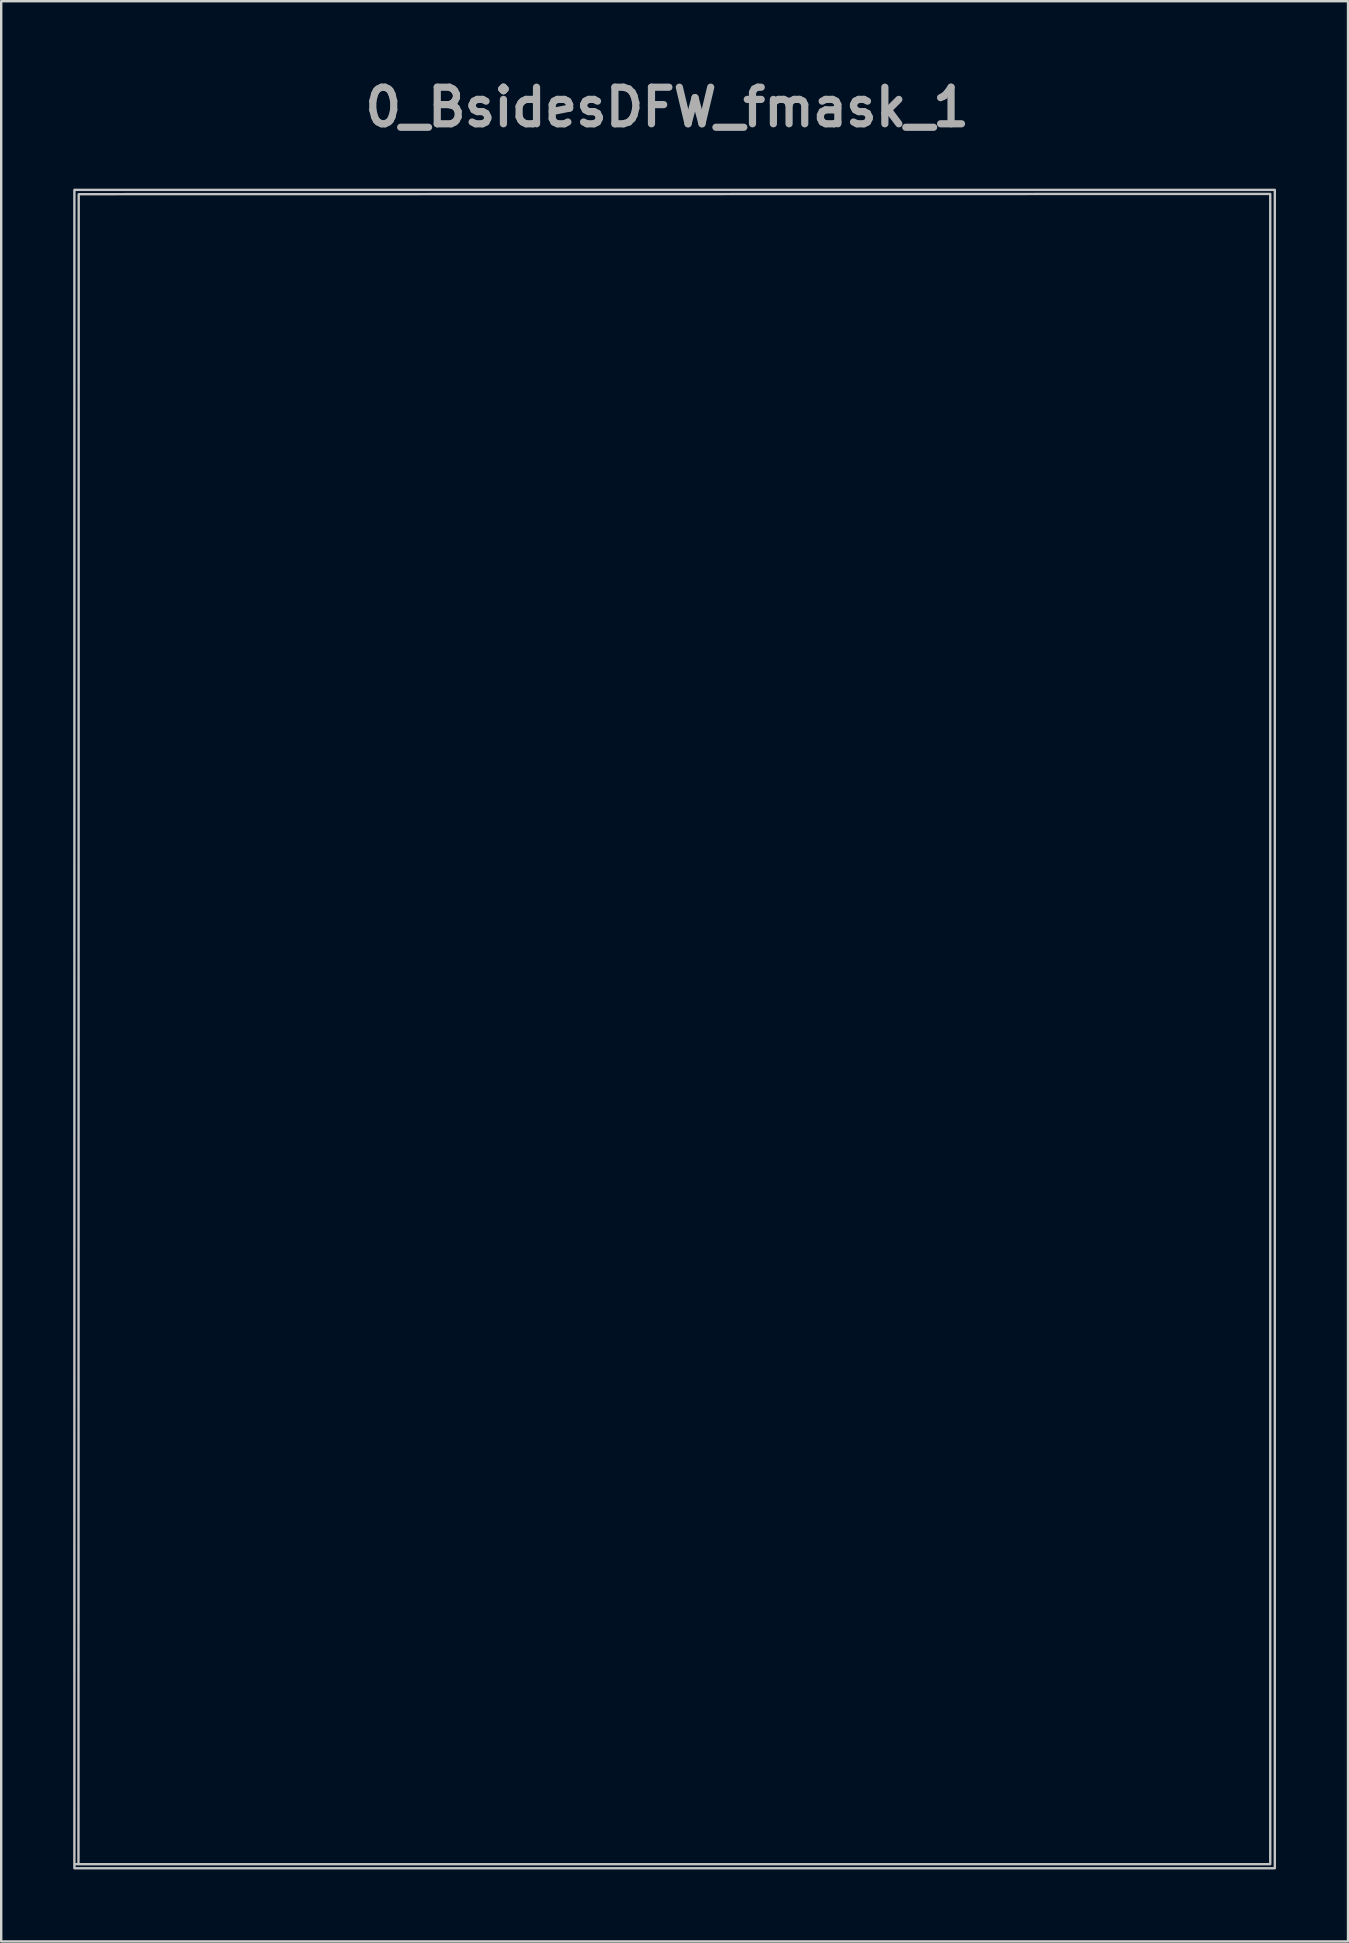
<source format=kicad_pcb>
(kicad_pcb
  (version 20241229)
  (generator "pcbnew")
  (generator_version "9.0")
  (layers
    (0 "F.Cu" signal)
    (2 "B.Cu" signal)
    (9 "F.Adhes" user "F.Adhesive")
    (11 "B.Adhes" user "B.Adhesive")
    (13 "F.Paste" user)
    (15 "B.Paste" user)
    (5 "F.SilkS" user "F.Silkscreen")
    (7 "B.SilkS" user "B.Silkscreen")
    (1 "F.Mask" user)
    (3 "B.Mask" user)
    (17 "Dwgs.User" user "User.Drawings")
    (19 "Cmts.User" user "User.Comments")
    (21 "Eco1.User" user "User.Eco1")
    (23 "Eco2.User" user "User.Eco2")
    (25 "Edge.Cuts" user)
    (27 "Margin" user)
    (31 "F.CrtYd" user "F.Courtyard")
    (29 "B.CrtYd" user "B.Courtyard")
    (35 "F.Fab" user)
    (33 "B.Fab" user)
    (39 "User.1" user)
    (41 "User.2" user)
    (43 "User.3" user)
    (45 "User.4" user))
  (footprint "0_BsidesDFW_fmask_1"
    (layer "F.Cu")
    (at 25.049 39.818)
    (property "Reference" "0_BsidesDFW_fmask_1" (at -0.3 -38.4 0) (layer "F.Fab") (effects (font (size 1.524 1.524) (thickness 0.3))))
    (attr board_only exclude_from_pos_files exclude_from_bom)
    (fp_poly (pts (xy 13.094 -12.643) (xy 13.16 -12.631) (xy 13.224 -12.604) (xy 13.274 -12.577) (xy 13.403 -12.483) (xy 13.504 -12.367) (xy 13.571 -12.235) (xy 13.587 -12.178) (xy 13.603 -12.109) (xy 13.456 -12.109) (xy 13.308 -12.102) (xy 13.191 -12.077) (xy 13.099 -12.033) (xy 13.039 -11.984) (xy 12.959 -11.888) (xy 12.908 -11.785) (xy 12.88 -11.661) (xy 12.873 -11.577) (xy 12.865 -11.484) (xy 12.85 -11.43) (xy 12.821 -11.413) (xy 12.773 -11.429) (xy 12.699 -11.475) (xy 12.686 -11.484) (xy 12.584 -11.569) (xy 12.499 -11.668) (xy 12.44 -11.77) (xy 12.427 -11.809) (xy 12.403 -11.961) (xy 12.413 -12.118) (xy 12.454 -12.264) (xy 12.465 -12.289) (xy 12.524 -12.396) (xy 12.591 -12.477) (xy 12.679 -12.545) (xy 12.746 -12.585) (xy 12.819 -12.62) (xy 12.886 -12.639) (xy 12.968 -12.645) (xy 13.006 -12.646)) (stroke (width 0) (type solid)) (fill yes) (layer "F.Mask"))
    (fp_poly (pts (xy -20.252 -7.183) (xy -20.015 -7.183) (xy -19.815 -7.182) (xy -19.649 -7.181) (xy -19.512 -7.178) (xy -19.401 -7.173) (xy -19.309 -7.167) (xy -19.234 -7.158) (xy -19.171 -7.146) (xy -19.115 -7.132) (xy -19.062 -7.114) (xy -19.009 -7.092) (xy -18.975 -7.078) (xy -18.865 -7.017) (xy -18.767 -6.94) (xy -18.695 -6.857) (xy -18.677 -6.827) (xy -18.653 -6.749) (xy -18.643 -6.648) (xy -18.648 -6.538) (xy -18.667 -6.437) (xy -18.69 -6.373) (xy -18.734 -6.287) (xy -20.601 -6.276) (xy -20.644 -6.065) (xy -20.687 -5.854) (xy -20.834 -5.853) (xy -20.92 -5.853) (xy -21.031 -5.855) (xy -21.149 -5.857) (xy -21.208 -5.859) (xy -21.436 -5.866) (xy -21.422 -5.945) (xy -21.414 -5.988) (xy -21.399 -6.066) (xy -21.379 -6.17) (xy -21.355 -6.294) (xy -21.328 -6.431) (xy -21.317 -6.487) (xy -21.289 -6.63) (xy -21.263 -6.765) (xy -21.24 -6.886) (xy -21.222 -6.985) (xy -21.211 -7.052) (xy -21.208 -7.067) (xy -21.191 -7.183)) (stroke (width 0) (type solid)) (fill yes) (layer "F.Mask"))
    (fp_poly (pts (xy 6.331 -14.704) (xy 6.364 -14.678) (xy 6.408 -14.628) (xy 6.466 -14.551) (xy 6.543 -14.441) (xy 6.549 -14.432) (xy 6.692 -14.224) (xy 6.617 -13.981) (xy 6.577 -13.845) (xy 6.549 -13.735) (xy 6.532 -13.639) (xy 6.527 -13.548) (xy 6.534 -13.453) (xy 6.552 -13.343) (xy 6.581 -13.209) (xy 6.607 -13.103) (xy 6.65 -12.926) (xy 6.602 -12.709) (xy 6.579 -12.611) (xy 6.561 -12.547) (xy 6.544 -12.509) (xy 6.526 -12.49) (xy 6.505 -12.483) (xy 6.471 -12.483) (xy 6.454 -12.506) (xy 6.444 -12.55) (xy 6.431 -12.619) (xy 6.409 -12.723) (xy 6.38 -12.855) (xy 6.345 -13.009) (xy 6.306 -13.179) (xy 6.264 -13.36) (xy 6.22 -13.544) (xy 6.214 -13.569) (xy 6.183 -13.701) (xy 6.157 -13.826) (xy 6.136 -13.937) (xy 6.123 -14.024) (xy 6.118 -14.076) (xy 6.124 -14.146) (xy 6.138 -14.237) (xy 6.16 -14.34) (xy 6.186 -14.445) (xy 6.214 -14.543) (xy 6.242 -14.624) (xy 6.267 -14.68) (xy 6.28 -14.699) (xy 6.304 -14.71)) (stroke (width 0) (type solid)) (fill yes) (layer "F.Mask"))
    (fp_poly (pts (xy 4.536 -14.678) (xy 4.562 -14.669) (xy 4.593 -14.642) (xy 4.633 -14.593) (xy 4.685 -14.516) (xy 4.74 -14.43) (xy 4.893 -14.187) (xy 4.732 -13.692) (xy 4.572 -13.196) (xy 2.869 -13.21) (xy 2.847 -13.152) (xy 2.835 -13.103) (xy 2.824 -13.026) (xy 2.815 -12.938) (xy 2.814 -12.923) (xy 2.806 -12.812) (xy 2.798 -12.737) (xy 2.788 -12.691) (xy 2.774 -12.667) (xy 2.755 -12.661) (xy 2.747 -12.661) (xy 2.707 -12.665) (xy 2.641 -12.672) (xy 2.591 -12.677) (xy 2.524 -12.686) (xy 2.476 -12.695) (xy 2.46 -12.701) (xy 2.455 -12.726) (xy 2.45 -12.785) (xy 2.445 -12.872) (xy 2.44 -12.979) (xy 2.436 -13.099) (xy 2.433 -13.223) (xy 2.431 -13.345) (xy 2.429 -13.456) (xy 2.43 -13.551) (xy 2.431 -13.621) (xy 2.434 -13.656) (xy 2.449 -13.734) (xy 3.318 -13.734) (xy 4.188 -13.734) (xy 4.335 -14.209) (xy 4.382 -14.359) (xy 4.419 -14.474) (xy 4.447 -14.558) (xy 4.469 -14.615) (xy 4.486 -14.651) (xy 4.501 -14.671) (xy 4.516 -14.678) (xy 4.533 -14.679)) (stroke (width 0) (type solid)) (fill yes) (layer "F.Mask"))
    (fp_poly (pts (xy 8.503 -14.686) (xy 8.557 -14.623) (xy 8.627 -14.531) (xy 8.643 -14.509) (xy 8.726 -14.392) (xy 8.78 -14.306) (xy 8.807 -14.25) (xy 8.809 -14.229) (xy 8.803 -14.195) (xy 8.792 -14.127) (xy 8.776 -14.033) (xy 8.757 -13.922) (xy 8.743 -13.835) (xy 8.685 -13.482) (xy 8.762 -13.212) (xy 8.803 -13.059) (xy 8.827 -12.937) (xy 8.837 -12.837) (xy 8.833 -12.75) (xy 8.817 -12.674) (xy 8.796 -12.619) (xy 8.768 -12.597) (xy 8.747 -12.595) (xy 8.718 -12.6) (xy 8.698 -12.623) (xy 8.682 -12.673) (xy 8.672 -12.716) (xy 8.658 -12.772) (xy 8.632 -12.86) (xy 8.598 -12.973) (xy 8.558 -13.102) (xy 8.514 -13.239) (xy 8.499 -13.285) (xy 8.439 -13.468) (xy 8.39 -13.615) (xy 8.353 -13.734) (xy 8.325 -13.83) (xy 8.306 -13.908) (xy 8.295 -13.975) (xy 8.292 -14.035) (xy 8.295 -14.096) (xy 8.303 -14.162) (xy 8.316 -14.239) (xy 8.332 -14.333) (xy 8.335 -14.349) (xy 8.361 -14.499) (xy 8.384 -14.609) (xy 8.406 -14.681) (xy 8.431 -14.717) (xy 8.462 -14.718)) (stroke (width 0) (type solid)) (fill yes) (layer "F.Mask"))
    (fp_poly (pts (xy 16.977 -0.681) (xy 17.016 -0.651) (xy 17.07 -0.602) (xy 17.154 -0.541) (xy 17.256 -0.474) (xy 17.37 -0.406) (xy 17.485 -0.343) (xy 17.561 -0.305) (xy 17.655 -0.266) (xy 17.785 -0.218) (xy 17.953 -0.161) (xy 18.158 -0.096) (xy 18.403 -0.022) (xy 18.687 0.062) (xy 18.987 0.148) (xy 19.232 0.218) (xy 19.439 0.28) (xy 19.612 0.334) (xy 19.754 0.382) (xy 19.869 0.426) (xy 19.959 0.468) (xy 20.029 0.508) (xy 20.081 0.549) (xy 20.119 0.592) (xy 20.147 0.639) (xy 20.167 0.691) (xy 20.17 0.704) (xy 20.175 0.781) (xy 20.156 0.874) (xy 20.119 0.97) (xy 20.068 1.054) (xy 20.029 1.096) (xy 19.976 1.137) (xy 19.929 1.155) (xy 19.872 1.151) (xy 19.809 1.136) (xy 19.767 1.124) (xy 19.692 1.103) (xy 19.59 1.073) (xy 19.471 1.039) (xy 19.341 1) (xy 19.314 0.992) (xy 19.167 0.95) (xy 19.015 0.906) (xy 18.87 0.864) (xy 18.743 0.828) (xy 18.649 0.801) (xy 18.321 0.692) (xy 18.024 0.556) (xy 17.753 0.389) (xy 17.506 0.19) (xy 17.278 -0.045) (xy 17.067 -0.316) (xy 16.981 -0.443) (xy 16.921 -0.541) (xy 16.886 -0.613) (xy 16.876 -0.661) (xy 16.889 -0.688) (xy 16.925 -0.696) (xy 16.927 -0.696)) (stroke (width 0) (type solid)) (fill yes) (layer "F.Mask"))
    (fp_poly (pts (xy -20.343 -10.126) (xy -20.198 -10.125) (xy -20.034 -10.123) (xy -19.855 -10.121) (xy -19.794 -10.12) (xy -19.54 -10.116) (xy -19.326 -10.111) (xy -19.146 -10.105) (xy -18.997 -10.096) (xy -18.875 -10.085) (xy -18.778 -10.071) (xy -18.7 -10.052) (xy -18.638 -10.029) (xy -18.588 -10.001) (xy -18.548 -9.966) (xy -18.512 -9.925) (xy -18.492 -9.898) (xy -18.461 -9.851) (xy -18.442 -9.81) (xy -18.432 -9.761) (xy -18.428 -9.692) (xy -18.428 -9.613) (xy -18.43 -9.508) (xy -18.438 -9.43) (xy -18.455 -9.365) (xy -18.478 -9.307) (xy -18.529 -9.195) (xy -19.282 -9.21) (xy -20.036 -9.225) (xy -20.051 -9.143) (xy -20.076 -9.014) (xy -20.096 -8.926) (xy -20.112 -8.877) (xy -20.122 -8.865) (xy -20.147 -8.867) (xy -20.207 -8.87) (xy -20.294 -8.874) (xy -20.402 -8.878) (xy -20.488 -8.881) (xy -20.605 -8.885) (xy -20.707 -8.89) (xy -20.786 -8.895) (xy -20.836 -8.9) (xy -20.849 -8.903) (xy -20.847 -8.925) (xy -20.839 -8.984) (xy -20.824 -9.074) (xy -20.804 -9.189) (xy -20.78 -9.325) (xy -20.753 -9.476) (xy -20.746 -9.514) (xy -20.717 -9.668) (xy -20.691 -9.808) (xy -20.669 -9.928) (xy -20.651 -10.024) (xy -20.639 -10.091) (xy -20.633 -10.122) (xy -20.633 -10.124) (xy -20.613 -10.126) (xy -20.554 -10.126) (xy -20.463 -10.127)) (stroke (width 0) (type solid)) (fill yes) (layer "F.Mask"))
    (fp_poly (pts (xy -10.245 -0.827) (xy -10.207 -0.799) (xy -10.146 -0.744) (xy -10.126 -0.726) (xy -9.919 -0.559) (xy -9.676 -0.405) (xy -9.403 -0.265) (xy -9.105 -0.142) (xy -8.788 -0.04) (xy -8.502 0.032) (xy -8.407 0.054) (xy -8.287 0.087) (xy -8.147 0.127) (xy -7.993 0.173) (xy -7.832 0.223) (xy -7.669 0.275) (xy -7.511 0.327) (xy -7.364 0.377) (xy -7.233 0.423) (xy -7.124 0.463) (xy -7.045 0.496) (xy -7.001 0.518) (xy -6.93 0.587) (xy -6.89 0.679) (xy -6.882 0.788) (xy -6.905 0.906) (xy -6.939 0.988) (xy -6.985 1.057) (xy -7.044 1.115) (xy -7.106 1.154) (xy -7.159 1.166) (xy -7.162 1.165) (xy -7.219 1.152) (xy -7.311 1.128) (xy -7.429 1.096) (xy -7.569 1.057) (xy -7.723 1.014) (xy -7.886 0.967) (xy -8.05 0.919) (xy -8.21 0.872) (xy -8.358 0.827) (xy -8.489 0.787) (xy -8.596 0.753) (xy -8.66 0.732) (xy -8.816 0.671) (xy -8.982 0.592) (xy -9.143 0.505) (xy -9.282 0.418) (xy -9.299 0.406) (xy -9.43 0.302) (xy -9.569 0.172) (xy -9.719 0.011) (xy -9.883 -0.183) (xy -10.011 -0.345) (xy -10.101 -0.463) (xy -10.168 -0.553) (xy -10.216 -0.621) (xy -10.247 -0.671) (xy -10.265 -0.71) (xy -10.272 -0.743) (xy -10.274 -0.767) (xy -10.273 -0.809) (xy -10.265 -0.83)) (stroke (width 0) (type solid)) (fill yes) (layer "F.Mask"))
    (fp_poly (pts (xy -8.463 -6.89) (xy -8.435 -6.864) (xy -8.397 -6.814) (xy -8.346 -6.737) (xy -8.28 -6.629) (xy -8.242 -6.566) (xy -8.148 -6.407) (xy -8.074 -6.278) (xy -8.017 -6.172) (xy -7.975 -6.083) (xy -7.946 -6.005) (xy -7.928 -5.931) (xy -7.917 -5.854) (xy -7.913 -5.769) (xy -7.911 -5.67) (xy -7.911 -5.664) (xy -7.926 -5.436) (xy -7.972 -5.234) (xy -8.05 -5.054) (xy -8.163 -4.894) (xy -8.267 -4.788) (xy -8.444 -4.653) (xy -8.639 -4.551) (xy -8.845 -4.485) (xy -9.056 -4.455) (xy -9.267 -4.464) (xy -9.372 -4.484) (xy -9.575 -4.555) (xy -9.763 -4.665) (xy -9.935 -4.813) (xy -10.046 -4.94) (xy -10.094 -5.004) (xy -10.152 -5.086) (xy -10.216 -5.179) (xy -10.281 -5.275) (xy -10.342 -5.368) (xy -10.395 -5.452) (xy -10.436 -5.518) (xy -10.46 -5.562) (xy -10.464 -5.573) (xy -10.447 -5.591) (xy -10.423 -5.6) (xy -10.379 -5.595) (xy -10.304 -5.562) (xy -10.228 -5.517) (xy -10.045 -5.428) (xy -9.854 -5.377) (xy -9.658 -5.362) (xy -9.463 -5.382) (xy -9.274 -5.434) (xy -9.094 -5.518) (xy -8.928 -5.631) (xy -8.78 -5.771) (xy -8.656 -5.937) (xy -8.56 -6.126) (xy -8.532 -6.202) (xy -8.51 -6.298) (xy -8.497 -6.42) (xy -8.492 -6.555) (xy -8.496 -6.687) (xy -8.509 -6.798) (xy -8.519 -6.858) (xy -8.517 -6.888) (xy -8.5 -6.898) (xy -8.484 -6.899)) (stroke (width 0) (type solid)) (fill yes) (layer "F.Mask"))
    (fp_poly (pts (xy -15.589 -2.402) (xy -15.563 -2.39) (xy -15.531 -2.358) (xy -15.489 -2.302) (xy -15.433 -2.217) (xy -15.374 -2.12) (xy -15.272 -1.948) (xy -15.191 -1.805) (xy -15.129 -1.684) (xy -15.083 -1.581) (xy -15.051 -1.49) (xy -15.029 -1.404) (xy -15.019 -1.341) (xy -15.009 -1.116) (xy -15.038 -0.889) (xy -15.103 -0.669) (xy -15.153 -0.557) (xy -15.207 -0.476) (xy -15.286 -0.383) (xy -15.382 -0.289) (xy -15.485 -0.201) (xy -15.584 -0.13) (xy -15.637 -0.1) (xy -15.819 -0.027) (xy -16.014 0.02) (xy -16.21 0.038) (xy -16.396 0.026) (xy -16.508 0.002) (xy -16.647 -0.046) (xy -16.774 -0.107) (xy -16.892 -0.186) (xy -17.006 -0.286) (xy -17.121 -0.411) (xy -17.24 -0.566) (xy -17.369 -0.755) (xy -17.418 -0.831) (xy -17.483 -0.935) (xy -17.526 -1.01) (xy -17.55 -1.059) (xy -17.555 -1.088) (xy -17.549 -1.099) (xy -17.527 -1.111) (xy -17.505 -1.114) (xy -17.475 -1.104) (xy -17.428 -1.079) (xy -17.355 -1.036) (xy -17.335 -1.024) (xy -17.142 -0.93) (xy -16.942 -0.877) (xy -16.736 -0.866) (xy -16.528 -0.895) (xy -16.321 -0.965) (xy -16.26 -0.994) (xy -16.062 -1.114) (xy -15.897 -1.259) (xy -15.767 -1.425) (xy -15.672 -1.609) (xy -15.614 -1.81) (xy -15.595 -2.025) (xy -15.597 -2.099) (xy -15.605 -2.192) (xy -15.613 -2.275) (xy -15.621 -2.335) (xy -15.624 -2.349) (xy -15.63 -2.391) (xy -15.615 -2.404)) (stroke (width 0) (type solid)) (fill yes) (layer "F.Mask"))
    (fp_poly (pts (xy 7.641 -12.36) (xy 7.659 -12.349) (xy 7.672 -12.321) (xy 7.683 -12.267) (xy 7.696 -12.181) (xy 7.699 -12.162) (xy 7.714 -12.074) (xy 7.737 -11.961) (xy 7.767 -11.837) (xy 7.798 -11.716) (xy 7.874 -11.44) (xy 7.743 -10.999) (xy 7.671 -10.755) (xy 7.611 -10.547) (xy 7.563 -10.37) (xy 7.526 -10.221) (xy 7.499 -10.095) (xy 7.482 -9.987) (xy 7.473 -9.894) (xy 7.473 -9.812) (xy 7.481 -9.735) (xy 7.495 -9.659) (xy 7.516 -9.581) (xy 7.522 -9.561) (xy 7.546 -9.472) (xy 7.563 -9.39) (xy 7.57 -9.33) (xy 7.57 -9.318) (xy 7.563 -9.251) (xy 6.079 -9.24) (xy 5.877 -9.484) (xy 5.806 -9.57) (xy 5.746 -9.646) (xy 5.702 -9.705) (xy 5.678 -9.741) (xy 5.675 -9.748) (xy 5.696 -9.753) (xy 5.756 -9.758) (xy 5.852 -9.761) (xy 5.983 -9.764) (xy 6.145 -9.766) (xy 6.336 -9.767) (xy 6.437 -9.768) (xy 7.2 -9.768) (xy 7.188 -9.869) (xy 7.174 -9.941) (xy 7.15 -10.033) (xy 7.121 -10.125) (xy 7.12 -10.128) (xy 7.097 -10.195) (xy 7.08 -10.258) (xy 7.069 -10.319) (xy 7.065 -10.384) (xy 7.069 -10.456) (xy 7.082 -10.541) (xy 7.104 -10.642) (xy 7.135 -10.764) (xy 7.178 -10.911) (xy 7.232 -11.088) (xy 7.297 -11.3) (xy 7.327 -11.392) (xy 7.388 -11.594) (xy 7.445 -11.792) (xy 7.494 -11.977) (xy 7.533 -12.14) (xy 7.56 -12.272) (xy 7.562 -12.283) (xy 7.578 -12.339) (xy 7.603 -12.361) (xy 7.615 -12.362)) (stroke (width 0) (type solid)) (fill yes) (layer "F.Mask"))
    (fp_poly (pts (xy 4.393 -12.675) (xy 4.422 -12.656) (xy 4.465 -12.604) (xy 4.525 -12.519) (xy 4.598 -12.402) (xy 4.76 -12.135) (xy 4.712 -11.653) (xy 4.698 -11.515) (xy 4.686 -11.392) (xy 4.676 -11.29) (xy 4.668 -11.215) (xy 4.664 -11.173) (xy 4.663 -11.165) (xy 4.643 -11.164) (xy 4.584 -11.163) (xy 4.492 -11.162) (xy 4.371 -11.161) (xy 4.224 -11.161) (xy 4.057 -11.16) (xy 3.873 -11.16) (xy 3.745 -11.16) (xy 2.827 -11.16) (xy 2.827 -11.081) (xy 2.829 -11.034) (xy 2.832 -10.953) (xy 2.837 -10.848) (xy 2.843 -10.728) (xy 2.848 -10.633) (xy 2.867 -10.342) (xy 2.891 -10.091) (xy 2.922 -9.877) (xy 2.958 -9.698) (xy 3 -9.552) (xy 3.05 -9.436) (xy 3.065 -9.409) (xy 3.097 -9.337) (xy 3.12 -9.257) (xy 3.122 -9.245) (xy 3.137 -9.156) (xy 2.639 -9.161) (xy 2.472 -9.162) (xy 2.295 -9.165) (xy 2.119 -9.167) (xy 1.959 -9.17) (xy 1.826 -9.172) (xy 1.804 -9.173) (xy 1.466 -9.18) (xy 1.292 -9.397) (xy 1.227 -9.48) (xy 1.173 -9.555) (xy 1.135 -9.612) (xy 1.119 -9.646) (xy 1.118 -9.648) (xy 1.121 -9.657) (xy 1.132 -9.665) (xy 1.156 -9.67) (xy 1.196 -9.675) (xy 1.256 -9.678) (xy 1.34 -9.68) (xy 1.452 -9.682) (xy 1.596 -9.683) (xy 1.776 -9.683) (xy 1.92 -9.683) (xy 2.721 -9.683) (xy 2.721 -9.758) (xy 2.712 -9.821) (xy 2.687 -9.897) (xy 2.671 -9.932) (xy 2.612 -10.06) (xy 2.563 -10.192) (xy 2.523 -10.332) (xy 2.492 -10.486) (xy 2.469 -10.662) (xy 2.451 -10.864) (xy 2.438 -11.099) (xy 2.433 -11.239) (xy 2.419 -11.687) (xy 4.277 -11.687) (xy 4.29 -11.83) (xy 4.297 -11.919) (xy 4.305 -12.03) (xy 4.312 -12.143) (xy 4.314 -12.173) (xy 4.324 -12.332) (xy 4.332 -12.454) (xy 4.339 -12.543) (xy 4.346 -12.605) (xy 4.354 -12.645) (xy 4.363 -12.666) (xy 4.375 -12.675) (xy 4.389 -12.675)) (stroke (width 0) (type solid)) (fill yes) (layer "F.Mask"))
    (fp_poly (pts (xy 15.883 -4.817) (xy 15.901 -4.794) (xy 15.923 -4.758) (xy 15.962 -4.692) (xy 16.013 -4.602) (xy 16.073 -4.494) (xy 16.139 -4.375) (xy 16.156 -4.344) (xy 16.371 -3.953) (xy 16.348 -3.828) (xy 16.339 -3.776) (xy 16.323 -3.689) (xy 16.301 -3.573) (xy 16.276 -3.434) (xy 16.247 -3.278) (xy 16.216 -3.112) (xy 16.202 -3.038) (xy 16.17 -2.865) (xy 16.138 -2.696) (xy 16.109 -2.538) (xy 16.083 -2.398) (xy 16.062 -2.282) (xy 16.047 -2.199) (xy 16.043 -2.178) (xy 16.008 -1.983) (xy 13.9 -1.983) (xy 13.541 -1.983) (xy 13.223 -1.983) (xy 12.943 -1.982) (xy 12.699 -1.981) (xy 12.489 -1.98) (xy 12.311 -1.979) (xy 12.163 -1.977) (xy 12.042 -1.975) (xy 11.948 -1.972) (xy 11.876 -1.969) (xy 11.827 -1.966) (xy 11.797 -1.962) (xy 11.784 -1.958) (xy 11.783 -1.957) (xy 11.773 -1.917) (xy 11.763 -1.872) (xy 11.75 -1.814) (xy 11.391 -1.814) (xy 11.255 -1.815) (xy 11.155 -1.817) (xy 11.087 -1.821) (xy 11.046 -1.828) (xy 11.025 -1.838) (xy 11.021 -1.844) (xy 11.021 -1.874) (xy 11.03 -1.943) (xy 11.046 -2.047) (xy 11.07 -2.184) (xy 11.1 -2.35) (xy 11.137 -2.543) (xy 11.179 -2.76) (xy 11.183 -2.779) (xy 11.205 -2.89) (xy 13.301 -2.89) (xy 13.646 -2.89) (xy 13.95 -2.89) (xy 14.217 -2.891) (xy 14.45 -2.891) (xy 14.65 -2.892) (xy 14.819 -2.893) (xy 14.962 -2.894) (xy 15.079 -2.895) (xy 15.174 -2.897) (xy 15.248 -2.9) (xy 15.305 -2.903) (xy 15.346 -2.906) (xy 15.375 -2.91) (xy 15.393 -2.914) (xy 15.403 -2.92) (xy 15.408 -2.925) (xy 15.408 -2.927) (xy 15.42 -2.977) (xy 15.439 -3.068) (xy 15.464 -3.197) (xy 15.495 -3.365) (xy 15.532 -3.569) (xy 15.575 -3.808) (xy 15.624 -4.082) (xy 15.624 -4.082) (xy 15.653 -4.248) (xy 15.681 -4.401) (xy 15.707 -4.538) (xy 15.728 -4.652) (xy 15.746 -4.738) (xy 15.757 -4.791) (xy 15.761 -4.805) (xy 15.792 -4.844) (xy 15.836 -4.848)) (stroke (width 0) (type solid)) (fill yes) (layer "F.Mask"))
    (fp_poly (pts (xy 10.675 -14.696) (xy 10.705 -14.668) (xy 10.747 -14.616) (xy 10.803 -14.537) (xy 10.877 -14.425) (xy 10.883 -14.417) (xy 11.035 -14.182) (xy 10.981 -14.046) (xy 10.928 -13.941) (xy 10.852 -13.825) (xy 10.79 -13.746) (xy 10.725 -13.662) (xy 10.673 -13.583) (xy 10.64 -13.521) (xy 10.635 -13.505) (xy 10.626 -13.466) (xy 10.609 -13.391) (xy 10.586 -13.286) (xy 10.558 -13.157) (xy 10.526 -13.009) (xy 10.492 -12.849) (xy 10.474 -12.767) (xy 10.332 -12.107) (xy 10.399 -11.921) (xy 10.465 -11.736) (xy 10.315 -11.59) (xy 10.166 -11.444) (xy 10.042 -10.864) (xy 10.007 -10.699) (xy 9.971 -10.535) (xy 9.937 -10.38) (xy 9.907 -10.243) (xy 9.882 -10.131) (xy 9.865 -10.06) (xy 9.812 -9.835) (xy 9.874 -9.617) (xy 9.9 -9.516) (xy 9.921 -9.42) (xy 9.934 -9.343) (xy 9.936 -9.309) (xy 9.936 -9.219) (xy 8.466 -9.219) (xy 8.262 -9.456) (xy 8.19 -9.542) (xy 8.13 -9.618) (xy 8.087 -9.678) (xy 8.065 -9.717) (xy 8.064 -9.725) (xy 8.07 -9.734) (xy 8.087 -9.741) (xy 8.119 -9.746) (xy 8.171 -9.751) (xy 8.245 -9.754) (xy 8.347 -9.757) (xy 8.479 -9.759) (xy 8.647 -9.761) (xy 8.813 -9.763) (xy 9.557 -9.768) (xy 9.556 -9.815) (xy 9.551 -9.853) (xy 9.536 -9.922) (xy 9.513 -10.012) (xy 9.486 -10.114) (xy 9.483 -10.123) (xy 9.41 -10.383) (xy 9.516 -10.872) (xy 9.551 -11.032) (xy 9.587 -11.2) (xy 9.622 -11.364) (xy 9.653 -11.513) (xy 9.678 -11.634) (xy 9.683 -11.66) (xy 9.745 -11.96) (xy 9.898 -12.105) (xy 10.05 -12.251) (xy 9.979 -12.435) (xy 9.908 -12.62) (xy 10.039 -13.214) (xy 10.074 -13.373) (xy 10.107 -13.526) (xy 10.136 -13.664) (xy 10.161 -13.783) (xy 10.18 -13.874) (xy 10.191 -13.931) (xy 10.191 -13.934) (xy 10.211 -14.02) (xy 10.239 -14.078) (xy 10.272 -14.113) (xy 10.346 -14.19) (xy 10.425 -14.29) (xy 10.5 -14.401) (xy 10.561 -14.507) (xy 10.592 -14.577) (xy 10.618 -14.642) (xy 10.64 -14.688) (xy 10.652 -14.704)) (stroke (width 0) (type solid)) (fill yes) (layer "F.Mask"))
    (fp_poly (pts (xy 23.236 -3.859) (xy 23.25 -3.829) (xy 23.257 -3.801) (xy 23.275 -3.702) (xy 23.289 -3.6) (xy 23.299 -3.488) (xy 23.306 -3.357) (xy 23.31 -3.202) (xy 23.311 -3.013) (xy 23.311 -2.943) (xy 23.311 -2.416) (xy 23.123 -2.226) (xy 23.047 -2.147) (xy 22.952 -2.045) (xy 22.847 -1.93) (xy 22.74 -1.81) (xy 22.653 -1.71) (xy 22.567 -1.612) (xy 22.49 -1.524) (xy 22.426 -1.453) (xy 22.379 -1.404) (xy 22.354 -1.38) (xy 22.352 -1.379) (xy 22.325 -1.388) (xy 22.28 -1.419) (xy 22.246 -1.447) (xy 22.167 -1.508) (xy 22.062 -1.581) (xy 21.941 -1.657) (xy 21.817 -1.73) (xy 21.7 -1.794) (xy 21.634 -1.825) (xy 21.498 -1.882) (xy 21.335 -1.943) (xy 21.158 -2.003) (xy 20.982 -2.058) (xy 20.819 -2.103) (xy 20.696 -2.132) (xy 20.517 -2.158) (xy 20.335 -2.168) (xy 20.157 -2.163) (xy 19.992 -2.142) (xy 19.846 -2.106) (xy 19.728 -2.058) (xy 19.675 -2.024) (xy 19.619 -1.98) (xy 19.414 -2.048) (xy 19.222 -2.116) (xy 19.069 -2.18) (xy 18.953 -2.244) (xy 18.871 -2.309) (xy 18.821 -2.377) (xy 18.801 -2.452) (xy 18.807 -2.536) (xy 18.83 -2.611) (xy 18.907 -2.762) (xy 19.015 -2.884) (xy 19.154 -2.978) (xy 19.309 -3.041) (xy 19.432 -3.067) (xy 19.584 -3.08) (xy 19.754 -3.08) (xy 19.93 -3.068) (xy 20.103 -3.043) (xy 20.168 -3.029) (xy 20.443 -2.957) (xy 20.712 -2.868) (xy 20.966 -2.766) (xy 21.198 -2.654) (xy 21.403 -2.535) (xy 21.56 -2.421) (xy 21.623 -2.371) (xy 21.677 -2.328) (xy 21.708 -2.304) (xy 21.722 -2.299) (xy 21.741 -2.303) (xy 21.768 -2.322) (xy 21.808 -2.357) (xy 21.862 -2.413) (xy 21.937 -2.493) (xy 22.034 -2.601) (xy 22.069 -2.64) (xy 22.176 -2.76) (xy 22.288 -2.884) (xy 22.396 -3.004) (xy 22.492 -3.111) (xy 22.57 -3.197) (xy 22.584 -3.212) (xy 22.668 -3.304) (xy 22.753 -3.399) (xy 22.831 -3.487) (xy 22.887 -3.55) (xy 22.993 -3.671) (xy 23.075 -3.761) (xy 23.137 -3.822) (xy 23.183 -3.858) (xy 23.215 -3.869)) (stroke (width 0) (type solid)) (fill yes) (layer "F.Mask"))
    (fp_poly (pts (xy 15.17 -12.768) (xy 15.203 -12.723) (xy 15.251 -12.655) (xy 15.311 -12.57) (xy 15.347 -12.519) (xy 15.532 -12.253) (xy 15.44 -12.155) (xy 15.4 -12.113) (xy 15.335 -12.046) (xy 15.251 -11.96) (xy 15.153 -11.86) (xy 15.047 -11.751) (xy 14.961 -11.664) (xy 14.573 -11.271) (xy 14.681 -10.714) (xy 14.715 -10.545) (xy 14.75 -10.37) (xy 14.785 -10.2) (xy 14.817 -10.044) (xy 14.845 -9.912) (xy 14.86 -9.847) (xy 14.883 -9.739) (xy 14.902 -9.647) (xy 14.914 -9.579) (xy 14.918 -9.541) (xy 14.917 -9.536) (xy 14.896 -9.545) (xy 14.843 -9.573) (xy 14.766 -9.615) (xy 14.669 -9.668) (xy 14.559 -9.73) (xy 14.546 -9.738) (xy 14.411 -9.813) (xy 14.251 -9.9) (xy 14.081 -9.992) (xy 13.913 -10.081) (xy 13.76 -10.161) (xy 13.332 -10.383) (xy 13.169 -10.289) (xy 13.075 -10.235) (xy 12.976 -10.179) (xy 12.891 -10.132) (xy 12.879 -10.125) (xy 12.816 -10.09) (xy 12.727 -10.039) (xy 12.621 -9.978) (xy 12.508 -9.912) (xy 12.452 -9.88) (xy 12.35 -9.821) (xy 12.261 -9.771) (xy 12.19 -9.732) (xy 12.145 -9.709) (xy 12.132 -9.704) (xy 12.112 -9.72) (xy 12.072 -9.761) (xy 12.018 -9.821) (xy 11.956 -9.893) (xy 11.892 -9.97) (xy 11.831 -10.045) (xy 11.779 -10.11) (xy 11.744 -10.158) (xy 11.73 -10.182) (xy 11.73 -10.183) (xy 11.747 -10.197) (xy 11.797 -10.23) (xy 11.876 -10.279) (xy 11.979 -10.341) (xy 12.101 -10.414) (xy 12.24 -10.495) (xy 12.367 -10.568) (xy 13.004 -10.934) (xy 13.684 -10.594) (xy 13.84 -10.515) (xy 13.984 -10.443) (xy 14.112 -10.38) (xy 14.218 -10.327) (xy 14.3 -10.287) (xy 14.353 -10.261) (xy 14.372 -10.253) (xy 14.372 -10.272) (xy 14.364 -10.325) (xy 14.351 -10.403) (xy 14.333 -10.498) (xy 14.333 -10.501) (xy 14.314 -10.596) (xy 14.29 -10.723) (xy 14.261 -10.871) (xy 14.231 -11.029) (xy 14.201 -11.189) (xy 14.19 -11.244) (xy 14.096 -11.74) (xy 14.623 -12.262) (xy 14.745 -12.384) (xy 14.858 -12.495) (xy 14.958 -12.593) (xy 15.041 -12.674) (xy 15.104 -12.735) (xy 15.143 -12.773) (xy 15.156 -12.784)) (stroke (width 0) (type solid)) (fill yes) (layer "F.Mask"))
    (fp_poly (pts (xy -9.264 -9.562) (xy -8.918 -9.502) (xy -8.57 -9.401) (xy -8.477 -9.367) (xy -8.249 -9.271) (xy -8.05 -9.165) (xy -7.865 -9.042) (xy -7.682 -8.893) (xy -7.652 -8.867) (xy -7.47 -8.691) (xy -7.314 -8.512) (xy -7.17 -8.314) (xy -7.081 -8.173) (xy -7.028 -8.083) (xy -6.995 -8.022) (xy -6.979 -7.982) (xy -6.978 -7.956) (xy -6.988 -7.939) (xy -6.989 -7.938) (xy -7.007 -7.927) (xy -7.029 -7.931) (xy -7.063 -7.954) (xy -7.114 -8.001) (xy -7.165 -8.052) (xy -7.244 -8.127) (xy -7.329 -8.201) (xy -7.405 -8.26) (xy -7.426 -8.275) (xy -7.594 -8.371) (xy -7.796 -8.457) (xy -8.023 -8.53) (xy -8.268 -8.589) (xy -8.522 -8.633) (xy -8.777 -8.659) (xy -9.026 -8.668) (xy -9.261 -8.656) (xy -9.322 -8.649) (xy -9.667 -8.583) (xy -10.002 -8.476) (xy -10.326 -8.33) (xy -10.636 -8.143) (xy -10.689 -8.107) (xy -10.833 -7.998) (xy -10.983 -7.871) (xy -11.13 -7.736) (xy -11.267 -7.599) (xy -11.384 -7.468) (xy -11.475 -7.352) (xy -11.478 -7.348) (xy -11.623 -7.113) (xy -11.754 -6.848) (xy -11.868 -6.565) (xy -11.958 -6.276) (xy -11.997 -6.117) (xy -12.017 -5.991) (xy -12.03 -5.841) (xy -12.035 -5.675) (xy -12.033 -5.501) (xy -12.026 -5.327) (xy -12.012 -5.161) (xy -11.992 -5.01) (xy -11.968 -4.883) (xy -11.938 -4.787) (xy -11.928 -4.764) (xy -11.911 -4.713) (xy -11.911 -4.674) (xy -11.936 -4.644) (xy -11.973 -4.651) (xy -12.024 -4.696) (xy -12.09 -4.778) (xy -12.102 -4.794) (xy -12.288 -5.091) (xy -12.435 -5.399) (xy -12.541 -5.716) (xy -12.607 -6.043) (xy -12.631 -6.376) (xy -12.628 -6.54) (xy -12.612 -6.781) (xy -12.588 -6.991) (xy -12.554 -7.18) (xy -12.508 -7.359) (xy -12.447 -7.538) (xy -12.406 -7.645) (xy -12.334 -7.808) (xy -12.256 -7.957) (xy -12.167 -8.099) (xy -12.061 -8.242) (xy -11.935 -8.392) (xy -11.782 -8.555) (xy -11.678 -8.661) (xy -11.536 -8.799) (xy -11.411 -8.912) (xy -11.296 -9.007) (xy -11.18 -9.089) (xy -11.054 -9.166) (xy -10.924 -9.239) (xy -10.605 -9.386) (xy -10.279 -9.492) (xy -9.946 -9.557) (xy -9.607 -9.58)) (stroke (width 0) (type solid)) (fill yes) (layer "F.Mask"))
    (fp_poly (pts (xy 3.128 -2.806) (xy 3.267 -2.803) (xy 3.443 -2.8) (xy 3.457 -2.8) (xy 3.622 -2.796) (xy 3.778 -2.791) (xy 3.92 -2.784) (xy 4.04 -2.778) (xy 4.133 -2.771) (xy 4.191 -2.764) (xy 4.198 -2.763) (xy 4.465 -2.692) (xy 4.699 -2.597) (xy 4.902 -2.476) (xy 5.075 -2.327) (xy 5.223 -2.149) (xy 5.346 -1.94) (xy 5.35 -1.932) (xy 5.405 -1.812) (xy 5.436 -1.726) (xy 5.441 -1.67) (xy 5.418 -1.644) (xy 5.368 -1.645) (xy 5.288 -1.671) (xy 5.219 -1.701) (xy 5.065 -1.765) (xy 4.901 -1.816) (xy 4.723 -1.856) (xy 4.525 -1.886) (xy 4.302 -1.906) (xy 4.046 -1.917) (xy 3.802 -1.919) (xy 3.656 -1.919) (xy 3.548 -1.916) (xy 3.474 -1.912) (xy 3.429 -1.905) (xy 3.41 -1.896) (xy 3.408 -1.893) (xy 3.403 -1.867) (xy 3.391 -1.804) (xy 3.374 -1.71) (xy 3.352 -1.589) (xy 3.327 -1.448) (xy 3.299 -1.291) (xy 3.282 -1.192) (xy 3.243 -0.977) (xy 3.203 -0.755) (xy 3.162 -0.529) (xy 3.121 -0.304) (xy 3.08 -0.082) (xy 3.04 0.131) (xy 3.002 0.331) (xy 2.967 0.517) (xy 2.935 0.682) (xy 2.907 0.824) (xy 2.884 0.938) (xy 2.866 1.021) (xy 2.854 1.068) (xy 2.851 1.079) (xy 2.826 1.084) (xy 2.767 1.089) (xy 2.679 1.095) (xy 2.57 1.101) (xy 2.463 1.105) (xy 2.329 1.11) (xy 2.231 1.113) (xy 2.164 1.113) (xy 2.122 1.109) (xy 2.1 1.103) (xy 2.09 1.093) (xy 2.089 1.082) (xy 2.093 1.051) (xy 2.105 0.986) (xy 2.123 0.891) (xy 2.146 0.773) (xy 2.173 0.638) (xy 2.195 0.527) (xy 2.231 0.348) (xy 2.273 0.134) (xy 2.321 -0.11) (xy 2.372 -0.377) (xy 2.426 -0.661) (xy 2.482 -0.957) (xy 2.538 -1.257) (xy 2.593 -1.556) (xy 2.647 -1.848) (xy 2.698 -2.127) (xy 2.71 -2.194) (xy 2.737 -2.341) (xy 2.762 -2.476) (xy 2.784 -2.593) (xy 2.801 -2.685) (xy 2.814 -2.748) (xy 2.819 -2.772) (xy 2.825 -2.784) (xy 2.835 -2.792) (xy 2.856 -2.799) (xy 2.891 -2.803) (xy 2.945 -2.806) (xy 3.022 -2.807)) (stroke (width 0) (type solid)) (fill yes) (layer "F.Mask"))
    (fp_poly (pts (xy -4.214 -4.217) (xy -4.174 -4.165) (xy -4.121 -4.089) (xy -4.06 -3.993) (xy -3.994 -3.884) (xy -3.926 -3.769) (xy -3.86 -3.653) (xy -3.8 -3.543) (xy -3.749 -3.444) (xy -3.71 -3.363) (xy -3.688 -3.305) (xy -3.684 -3.28) (xy -3.706 -3.223) (xy -3.743 -3.137) (xy -3.794 -3.031) (xy -3.852 -2.912) (xy -3.915 -2.79) (xy -3.979 -2.673) (xy -3.993 -2.648) (xy -4.062 -2.524) (xy -4.125 -2.416) (xy -4.185 -2.319) (xy -4.246 -2.224) (xy -4.314 -2.127) (xy -4.391 -2.021) (xy -4.483 -1.899) (xy -4.594 -1.756) (xy -4.692 -1.63) (xy -4.744 -1.568) (xy -4.787 -1.522) (xy -4.815 -1.501) (xy -4.819 -1.5) (xy -4.843 -1.51) (xy -4.9 -1.536) (xy -4.982 -1.576) (xy -5.084 -1.627) (xy -5.201 -1.686) (xy -5.242 -1.707) (xy -5.514 -1.84) (xy -5.772 -1.952) (xy -6.011 -2.042) (xy -6.226 -2.107) (xy -6.297 -2.125) (xy -6.463 -2.151) (xy -6.645 -2.16) (xy -6.834 -2.154) (xy -7.017 -2.134) (xy -7.185 -2.099) (xy -7.327 -2.052) (xy -7.363 -2.035) (xy -7.459 -1.987) (xy -7.658 -2.056) (xy -7.82 -2.113) (xy -7.946 -2.16) (xy -8.042 -2.201) (xy -8.112 -2.238) (xy -8.162 -2.273) (xy -8.197 -2.309) (xy -8.218 -2.344) (xy -8.245 -2.439) (xy -8.237 -2.548) (xy -8.198 -2.663) (xy -8.129 -2.777) (xy -8.096 -2.817) (xy -8.004 -2.91) (xy -7.906 -2.98) (xy -7.798 -3.029) (xy -7.671 -3.06) (xy -7.519 -3.075) (xy -7.334 -3.075) (xy -7.289 -3.074) (xy -7.063 -3.056) (xy -6.84 -3.02) (xy -6.613 -2.964) (xy -6.378 -2.885) (xy -6.129 -2.782) (xy -5.862 -2.654) (xy -5.57 -2.498) (xy -5.513 -2.466) (xy -5.424 -2.416) (xy -5.357 -2.479) (xy -5.315 -2.524) (xy -5.254 -2.596) (xy -5.179 -2.688) (xy -5.096 -2.792) (xy -5.01 -2.903) (xy -4.928 -3.013) (xy -4.854 -3.114) (xy -4.848 -3.122) (xy -4.79 -3.21) (xy -4.724 -3.318) (xy -4.652 -3.442) (xy -4.579 -3.574) (xy -4.508 -3.708) (xy -4.441 -3.839) (xy -4.382 -3.96) (xy -4.334 -4.065) (xy -4.3 -4.148) (xy -4.284 -4.203) (xy -4.283 -4.214) (xy -4.266 -4.236) (xy -4.238 -4.237)) (stroke (width 0) (type solid)) (fill yes) (layer "F.Mask"))
    (fp_poly (pts (xy 14.731 1.255) (xy 14.761 1.29) (xy 14.801 1.35) (xy 14.852 1.438) (xy 14.918 1.557) (xy 15 1.709) (xy 15.228 2.141) (xy 15.055 3.1) (xy 15.019 3.295) (xy 14.985 3.477) (xy 14.954 3.642) (xy 14.925 3.785) (xy 14.901 3.903) (xy 14.882 3.992) (xy 14.868 4.046) (xy 14.862 4.063) (xy 14.839 4.064) (xy 14.776 4.064) (xy 14.675 4.065) (xy 14.539 4.066) (xy 14.37 4.067) (xy 14.171 4.068) (xy 13.943 4.069) (xy 13.689 4.071) (xy 13.411 4.072) (xy 13.112 4.073) (xy 12.793 4.074) (xy 12.457 4.076) (xy 12.107 4.077) (xy 11.745 4.078) (xy 11.599 4.079) (xy 8.357 4.089) (xy 8.305 4.012) (xy 8.223 3.89) (xy 8.141 3.764) (xy 8.06 3.638) (xy 7.985 3.518) (xy 7.919 3.41) (xy 7.865 3.319) (xy 7.827 3.25) (xy 7.807 3.208) (xy 7.806 3.201) (xy 7.806 3.195) (xy 7.809 3.19) (xy 7.815 3.185) (xy 7.828 3.181) (xy 7.849 3.178) (xy 7.879 3.175) (xy 7.922 3.172) (xy 7.979 3.17) (xy 8.051 3.168) (xy 8.141 3.166) (xy 8.251 3.165) (xy 8.383 3.164) (xy 8.538 3.163) (xy 8.72 3.163) (xy 8.928 3.163) (xy 9.167 3.164) (xy 9.436 3.164) (xy 9.74 3.165) (xy 10.079 3.166) (xy 10.455 3.167) (xy 10.87 3.168) (xy 11.065 3.169) (xy 11.5 3.17) (xy 11.896 3.171) (xy 12.253 3.172) (xy 12.574 3.173) (xy 12.86 3.173) (xy 13.114 3.173) (xy 13.337 3.173) (xy 13.532 3.173) (xy 13.699 3.172) (xy 13.842 3.171) (xy 13.962 3.17) (xy 14.062 3.169) (xy 14.142 3.167) (xy 14.205 3.165) (xy 14.253 3.162) (xy 14.288 3.159) (xy 14.311 3.155) (xy 14.325 3.152) (xy 14.332 3.147) (xy 14.333 3.145) (xy 14.34 3.114) (xy 14.354 3.047) (xy 14.372 2.95) (xy 14.396 2.828) (xy 14.422 2.686) (xy 14.451 2.531) (xy 14.482 2.367) (xy 14.512 2.201) (xy 14.542 2.038) (xy 14.571 1.883) (xy 14.596 1.742) (xy 14.618 1.62) (xy 14.62 1.606) (xy 14.641 1.49) (xy 14.661 1.39) (xy 14.677 1.311) (xy 14.689 1.262) (xy 14.694 1.248) (xy 14.71 1.242)) (stroke (width 0) (type solid)) (fill yes) (layer "F.Mask"))
    (fp_poly (pts (xy 14.857 -1.734) (xy 14.889 -1.7) (xy 14.933 -1.64) (xy 14.992 -1.551) (xy 15.068 -1.431) (xy 15.14 -1.314) (xy 15.399 -0.887) (xy 15.293 -0.343) (xy 15.261 -0.177) (xy 15.228 -0.005) (xy 15.196 0.161) (xy 15.168 0.312) (xy 15.145 0.438) (xy 15.135 0.496) (xy 15.108 0.639) (xy 15.086 0.747) (xy 15.066 0.824) (xy 15.046 0.877) (xy 15.025 0.912) (xy 15.008 0.93) (xy 14.99 0.934) (xy 14.947 0.938) (xy 14.876 0.941) (xy 14.776 0.944) (xy 14.645 0.946) (xy 14.482 0.948) (xy 14.286 0.95) (xy 14.054 0.95) (xy 13.784 0.951) (xy 13.476 0.951) (xy 13.127 0.951) (xy 13.104 0.95) (xy 11.228 0.947) (xy 11.21 1.07) (xy 11.205 1.113) (xy 11.199 1.145) (xy 11.189 1.168) (xy 11.168 1.182) (xy 11.13 1.191) (xy 11.07 1.193) (xy 10.983 1.193) (xy 10.863 1.19) (xy 10.764 1.187) (xy 10.464 1.18) (xy 10.464 1.112) (xy 10.468 1.071) (xy 10.479 0.997) (xy 10.495 0.899) (xy 10.515 0.783) (xy 10.538 0.656) (xy 10.563 0.526) (xy 10.587 0.4) (xy 10.61 0.284) (xy 10.631 0.186) (xy 10.647 0.114) (xy 10.658 0.073) (xy 10.66 0.069) (xy 10.672 0.064) (xy 10.7 0.06) (xy 10.749 0.056) (xy 10.819 0.053) (xy 10.913 0.05) (xy 11.033 0.048) (xy 11.182 0.046) (xy 11.361 0.045) (xy 11.574 0.044) (xy 11.821 0.043) (xy 12.105 0.042) (xy 12.429 0.042) (xy 12.529 0.042) (xy 12.852 0.042) (xy 13.135 0.042) (xy 13.381 0.042) (xy 13.593 0.041) (xy 13.773 0.04) (xy 13.924 0.039) (xy 14.049 0.038) (xy 14.15 0.036) (xy 14.23 0.034) (xy 14.291 0.031) (xy 14.337 0.027) (xy 14.369 0.023) (xy 14.39 0.018) (xy 14.404 0.013) (xy 14.412 0.007) (xy 14.413 0.005) (xy 14.439 -0.027) (xy 14.46 -0.065) (xy 14.479 -0.113) (xy 14.497 -0.18) (xy 14.517 -0.272) (xy 14.54 -0.395) (xy 14.554 -0.477) (xy 14.585 -0.649) (xy 14.616 -0.825) (xy 14.648 -0.999) (xy 14.678 -1.166) (xy 14.706 -1.32) (xy 14.731 -1.456) (xy 14.752 -1.568) (xy 14.767 -1.651) (xy 14.777 -1.699) (xy 14.778 -1.705) (xy 14.8 -1.742) (xy 14.835 -1.747)) (stroke (width 0) (type solid)) (fill yes) (layer "F.Mask"))
    (fp_poly (pts (xy -1.998 -13.729) (xy -1.817 -13.723) (xy -1.671 -13.714) (xy -1.552 -13.698) (xy -1.453 -13.675) (xy -1.366 -13.642) (xy -1.285 -13.598) (xy -1.202 -13.54) (xy -1.186 -13.528) (xy -1.126 -13.478) (xy -1.057 -13.411) (xy -0.986 -13.336) (xy -0.918 -13.26) (xy -0.86 -13.191) (xy -0.819 -13.134) (xy -0.802 -13.099) (xy -0.802 -13.097) (xy -0.819 -13.085) (xy -0.862 -13.087) (xy -0.919 -13.099) (xy -0.975 -13.12) (xy -1.004 -13.136) (xy -1.076 -13.171) (xy -1.176 -13.199) (xy -1.307 -13.22) (xy -1.473 -13.234) (xy -1.614 -13.241) (xy -1.747 -13.245) (xy -1.844 -13.246) (xy -1.912 -13.243) (xy -1.956 -13.237) (xy -1.984 -13.228) (xy -1.991 -13.223) (xy -2.004 -13.21) (xy -2.014 -13.189) (xy -2.021 -13.155) (xy -2.026 -13.103) (xy -2.029 -13.026) (xy -2.03 -12.918) (xy -2.031 -12.774) (xy -2.031 -12.772) (xy -2.027 -12.517) (xy -2.013 -12.3) (xy -1.99 -12.12) (xy -1.956 -11.975) (xy -1.911 -11.862) (xy -1.855 -11.78) (xy -1.826 -11.752) (xy -1.798 -11.713) (xy -1.801 -11.663) (xy -1.836 -11.597) (xy -1.862 -11.562) (xy -1.928 -11.476) (xy -1.973 -11.414) (xy -2.002 -11.363) (xy -2.018 -11.313) (xy -2.024 -11.252) (xy -2.025 -11.17) (xy -2.025 -11.085) (xy -2.026 -10.982) (xy -2.029 -10.893) (xy -2.033 -10.826) (xy -2.038 -10.793) (xy -2.038 -10.793) (xy -2.053 -10.775) (xy -2.087 -10.765) (xy -2.149 -10.76) (xy -2.226 -10.759) (xy -2.316 -10.761) (xy -2.372 -10.767) (xy -2.402 -10.778) (xy -2.413 -10.793) (xy -2.418 -10.825) (xy -2.422 -10.892) (xy -2.424 -10.985) (xy -2.426 -11.097) (xy -2.426 -11.223) (xy -2.426 -11.355) (xy -2.425 -11.486) (xy -2.422 -11.609) (xy -2.42 -11.718) (xy -2.416 -11.805) (xy -2.412 -11.863) (xy -2.407 -11.887) (xy -2.407 -11.887) (xy -2.385 -11.909) (xy -2.347 -11.955) (xy -2.299 -12.017) (xy -2.291 -12.027) (xy -2.23 -12.116) (xy -2.2 -12.186) (xy -2.201 -12.249) (xy -2.232 -12.314) (xy -2.276 -12.372) (xy -2.324 -12.44) (xy -2.361 -12.519) (xy -2.39 -12.613) (xy -2.411 -12.73) (xy -2.424 -12.872) (xy -2.432 -13.048) (xy -2.434 -13.217) (xy -2.434 -13.347) (xy -2.432 -13.466) (xy -2.429 -13.566) (xy -2.425 -13.639) (xy -2.42 -13.677) (xy -2.403 -13.737)) (stroke (width 0) (type solid)) (fill yes) (layer "F.Mask"))
    (fp_poly (pts (xy -4.516 -0.397) (xy -4.498 -0.388) (xy -4.474 -0.36) (xy -4.433 -0.302) (xy -4.38 -0.22) (xy -4.319 -0.121) (xy -4.254 -0.011) (xy -4.189 0.103) (xy -4.127 0.214) (xy -4.073 0.316) (xy -4.03 0.401) (xy -4.006 0.456) (xy -3.952 0.612) (xy -3.911 0.774) (xy -3.887 0.927) (xy -3.882 1.02) (xy -3.886 1.078) (xy -3.897 1.168) (xy -3.915 1.284) (xy -3.936 1.415) (xy -3.961 1.554) (xy -3.986 1.693) (xy -4.012 1.824) (xy -4.036 1.937) (xy -4.057 2.025) (xy -4.063 2.046) (xy -4.149 2.28) (xy -4.27 2.518) (xy -4.421 2.754) (xy -4.597 2.982) (xy -4.793 3.195) (xy -5.004 3.386) (xy -5.209 3.538) (xy -5.447 3.678) (xy -5.719 3.805) (xy -6.018 3.919) (xy -6.338 4.016) (xy -6.672 4.096) (xy -7.013 4.156) (xy -7.354 4.194) (xy -7.647 4.209) (xy -7.775 4.21) (xy -7.894 4.211) (xy -7.993 4.211) (xy -8.067 4.209) (xy -8.101 4.207) (xy -8.153 4.201) (xy -8.234 4.193) (xy -8.332 4.183) (xy -8.407 4.175) (xy -8.619 4.146) (xy -8.856 4.098) (xy -9.109 4.035) (xy -9.369 3.96) (xy -9.627 3.876) (xy -9.872 3.786) (xy -10.096 3.692) (xy -10.288 3.598) (xy -10.322 3.579) (xy -10.416 3.522) (xy -10.53 3.445) (xy -10.654 3.356) (xy -10.779 3.263) (xy -10.895 3.17) (xy -10.994 3.087) (xy -11.065 3.021) (xy -11.121 2.956) (xy -11.184 2.871) (xy -11.251 2.773) (xy -11.315 2.671) (xy -11.372 2.572) (xy -11.418 2.484) (xy -11.447 2.416) (xy -11.455 2.379) (xy -11.446 2.334) (xy -11.426 2.321) (xy -11.399 2.333) (xy -11.346 2.365) (xy -11.273 2.413) (xy -11.19 2.473) (xy -11.178 2.481) (xy -10.923 2.648) (xy -10.633 2.8) (xy -10.316 2.936) (xy -9.977 3.055) (xy -9.623 3.153) (xy -9.261 3.229) (xy -8.896 3.282) (xy -8.535 3.309) (xy -8.365 3.312) (xy -7.921 3.295) (xy -7.483 3.243) (xy -7.056 3.159) (xy -6.648 3.043) (xy -6.404 2.955) (xy -6.239 2.888) (xy -6.105 2.828) (xy -5.991 2.771) (xy -5.886 2.709) (xy -5.781 2.639) (xy -5.678 2.563) (xy -5.403 2.331) (xy -5.163 2.076) (xy -4.957 1.796) (xy -4.786 1.493) (xy -4.65 1.165) (xy -4.549 0.814) (xy -4.482 0.443) (xy -4.465 0.289) (xy -4.459 0.161) (xy -4.465 0.045) (xy -4.484 -0.074) (xy -4.517 -0.211) (xy -4.518 -0.217) (xy -4.541 -0.312) (xy -4.549 -0.371) (xy -4.54 -0.398)) (stroke (width 0) (type solid)) (fill yes) (layer "F.Mask"))
    (fp_poly (pts (xy -4.287 -9.201) (xy -4.253 -9.168) (xy -4.205 -9.102) (xy -4.145 -9.007) (xy -4.077 -8.889) (xy -4.003 -8.752) (xy -3.925 -8.602) (xy -3.846 -8.444) (xy -3.77 -8.284) (xy -3.697 -8.125) (xy -3.632 -7.974) (xy -3.576 -7.835) (xy -3.554 -7.775) (xy -3.477 -7.55) (xy -3.414 -7.341) (xy -3.364 -7.141) (xy -3.325 -6.94) (xy -3.296 -6.732) (xy -3.277 -6.509) (xy -3.265 -6.262) (xy -3.26 -5.985) (xy -3.26 -5.865) (xy -3.26 -5.64) (xy -3.263 -5.452) (xy -3.269 -5.296) (xy -3.277 -5.167) (xy -3.288 -5.059) (xy -3.302 -4.967) (xy -3.321 -4.886) (xy -3.326 -4.868) (xy -3.333 -4.85) (xy -3.347 -4.839) (xy -3.374 -4.836) (xy -3.424 -4.841) (xy -3.502 -4.853) (xy -3.576 -4.866) (xy -3.628 -4.875) (xy -3.717 -4.89) (xy -3.839 -4.911) (xy -3.99 -4.936) (xy -4.165 -4.965) (xy -4.359 -4.998) (xy -4.569 -5.033) (xy -4.79 -5.071) (xy -4.947 -5.097) (xy -5.167 -5.134) (xy -5.375 -5.17) (xy -5.568 -5.203) (xy -5.74 -5.233) (xy -5.889 -5.259) (xy -6.011 -5.281) (xy -6.102 -5.298) (xy -6.158 -5.309) (xy -6.175 -5.313) (xy -6.194 -5.334) (xy -6.231 -5.384) (xy -6.284 -5.458) (xy -6.347 -5.549) (xy -6.417 -5.651) (xy -6.49 -5.76) (xy -6.563 -5.868) (xy -6.63 -5.97) (xy -6.689 -6.06) (xy -6.734 -6.132) (xy -6.763 -6.181) (xy -6.772 -6.199) (xy -6.754 -6.225) (xy -6.707 -6.233) (xy -6.642 -6.222) (xy -6.602 -6.213) (xy -6.527 -6.198) (xy -6.424 -6.179) (xy -6.301 -6.156) (xy -6.163 -6.131) (xy -6.087 -6.118) (xy -5.951 -6.094) (xy -5.783 -6.065) (xy -5.59 -6.031) (xy -5.38 -5.994) (xy -5.163 -5.955) (xy -4.947 -5.917) (xy -4.761 -5.884) (xy -4.578 -5.851) (xy -4.409 -5.822) (xy -4.257 -5.796) (xy -4.128 -5.775) (xy -4.024 -5.758) (xy -3.952 -5.747) (xy -3.916 -5.743) (xy -3.912 -5.743) (xy -3.899 -5.775) (xy -3.886 -5.843) (xy -3.872 -5.94) (xy -3.859 -6.06) (xy -3.846 -6.197) (xy -3.836 -6.342) (xy -3.827 -6.492) (xy -3.821 -6.638) (xy -3.819 -6.774) (xy -3.818 -6.803) (xy -3.824 -7.055) (xy -3.843 -7.3) (xy -3.876 -7.553) (xy -3.924 -7.828) (xy -3.935 -7.884) (xy -3.978 -8.086) (xy -4.018 -8.257) (xy -4.058 -8.408) (xy -4.102 -8.549) (xy -4.152 -8.692) (xy -4.212 -8.846) (xy -4.218 -8.86) (xy -4.271 -8.996) (xy -4.305 -9.095) (xy -4.322 -9.162) (xy -4.321 -9.199) (xy -4.304 -9.207)) (stroke (width 0) (type solid)) (fill yes) (layer "F.Mask"))
    (fp_poly (pts (xy 22.557 -0.368) (xy 22.577 -0.363) (xy 22.591 -0.359) (xy 22.604 -0.349) (xy 22.621 -0.329) (xy 22.646 -0.293) (xy 22.685 -0.235) (xy 22.741 -0.149) (xy 22.763 -0.116) (xy 22.884 0.076) (xy 22.978 0.247) (xy 23.049 0.404) (xy 23.1 0.557) (xy 23.133 0.714) (xy 23.153 0.884) (xy 23.157 0.962) (xy 23.153 1.289) (xy 23.111 1.623) (xy 23.032 1.955) (xy 22.936 2.236) (xy 22.888 2.341) (xy 22.822 2.467) (xy 22.745 2.602) (xy 22.664 2.734) (xy 22.585 2.852) (xy 22.544 2.907) (xy 22.377 3.099) (xy 22.176 3.286) (xy 21.95 3.462) (xy 21.709 3.622) (xy 21.461 3.757) (xy 21.349 3.809) (xy 21.232 3.855) (xy 21.084 3.906) (xy 20.914 3.959) (xy 20.734 4.011) (xy 20.553 4.059) (xy 20.381 4.101) (xy 20.275 4.123) (xy 20.046 4.163) (xy 19.796 4.193) (xy 19.538 4.214) (xy 19.282 4.225) (xy 19.038 4.225) (xy 18.82 4.214) (xy 18.734 4.206) (xy 18.481 4.171) (xy 18.244 4.129) (xy 18.016 4.076) (xy 17.786 4.01) (xy 17.548 3.929) (xy 17.293 3.83) (xy 17.013 3.711) (xy 16.949 3.683) (xy 16.814 3.621) (xy 16.708 3.57) (xy 16.621 3.523) (xy 16.545 3.474) (xy 16.469 3.418) (xy 16.399 3.362) (xy 16.204 3.199) (xy 16.037 3.046) (xy 15.888 2.892) (xy 15.748 2.73) (xy 15.635 2.587) (xy 15.553 2.478) (xy 15.495 2.397) (xy 15.457 2.338) (xy 15.436 2.296) (xy 15.428 2.266) (xy 15.43 2.247) (xy 15.451 2.207) (xy 15.476 2.194) (xy 15.505 2.207) (xy 15.558 2.241) (xy 15.625 2.291) (xy 15.67 2.326) (xy 15.883 2.489) (xy 16.096 2.626) (xy 16.324 2.748) (xy 16.508 2.833) (xy 16.936 3.003) (xy 17.354 3.135) (xy 17.766 3.229) (xy 18.176 3.287) (xy 18.591 3.31) (xy 19.014 3.298) (xy 19.082 3.293) (xy 19.483 3.248) (xy 19.868 3.178) (xy 20.235 3.085) (xy 20.578 2.969) (xy 20.894 2.832) (xy 21.18 2.676) (xy 21.432 2.502) (xy 21.468 2.473) (xy 21.563 2.392) (xy 21.658 2.309) (xy 21.742 2.232) (xy 21.804 2.172) (xy 21.808 2.167) (xy 21.876 2.087) (xy 21.956 1.98) (xy 22.041 1.858) (xy 22.124 1.731) (xy 22.197 1.61) (xy 22.243 1.525) (xy 22.345 1.3) (xy 22.437 1.051) (xy 22.514 0.795) (xy 22.565 0.571) (xy 22.58 0.459) (xy 22.587 0.325) (xy 22.588 0.183) (xy 22.581 0.042) (xy 22.569 -0.084) (xy 22.55 -0.186) (xy 22.541 -0.219) (xy 22.516 -0.302) (xy 22.511 -0.351) (xy 22.527 -0.371)) (stroke (width 0) (type solid)) (fill yes) (layer "F.Mask"))
    (fp_poly (pts (xy 0.2 -13.744) (xy 0.243 -13.711) (xy 0.301 -13.65) (xy 0.369 -13.569) (xy 0.443 -13.47) (xy 0.489 -13.402) (xy 0.614 -13.211) (xy 0.715 -13.041) (xy 0.797 -12.882) (xy 0.866 -12.723) (xy 0.925 -12.555) (xy 0.979 -12.366) (xy 1.022 -12.189) (xy 1.062 -12.033) (xy 1.098 -11.913) (xy 1.133 -11.824) (xy 1.168 -11.76) (xy 1.188 -11.735) (xy 1.207 -11.713) (xy 1.215 -11.692) (xy 1.21 -11.667) (xy 1.186 -11.633) (xy 1.142 -11.583) (xy 1.073 -11.511) (xy 1.037 -11.474) (xy 0.982 -11.415) (xy 0.937 -11.361) (xy 0.9 -11.304) (xy 0.868 -11.238) (xy 0.838 -11.157) (xy 0.807 -11.053) (xy 0.772 -10.921) (xy 0.737 -10.78) (xy 0.656 -10.49) (xy 0.562 -10.238) (xy 0.452 -10.02) (xy 0.324 -9.835) (xy 0.173 -9.678) (xy -0.003 -9.547) (xy -0.208 -9.439) (xy -0.445 -9.351) (xy -0.717 -9.279) (xy -0.91 -9.241) (xy -1.036 -9.221) (xy -1.166 -9.203) (xy -1.305 -9.189) (xy -1.457 -9.178) (xy -1.628 -9.169) (xy -1.822 -9.163) (xy -2.045 -9.159) (xy -2.299 -9.157) (xy -2.584 -9.156) (xy -3.449 -9.156) (xy -3.655 -9.401) (xy -3.727 -9.489) (xy -3.788 -9.567) (xy -3.833 -9.629) (xy -3.857 -9.668) (xy -3.861 -9.677) (xy -3.856 -9.685) (xy -3.84 -9.69) (xy -3.808 -9.695) (xy -3.758 -9.699) (xy -3.687 -9.701) (xy -3.59 -9.703) (xy -3.465 -9.703) (xy -3.308 -9.703) (xy -3.115 -9.703) (xy -2.884 -9.701) (xy -2.874 -9.701) (xy -2.592 -9.7) (xy -2.348 -9.7) (xy -2.141 -9.701) (xy -1.969 -9.704) (xy -1.827 -9.709) (xy -1.714 -9.715) (xy -1.635 -9.721) (xy -1.319 -9.764) (xy -1.04 -9.82) (xy -0.794 -9.892) (xy -0.579 -9.98) (xy -0.392 -10.087) (xy -0.228 -10.215) (xy -0.085 -10.364) (xy 0.018 -10.502) (xy 0.087 -10.613) (xy 0.148 -10.728) (xy 0.202 -10.855) (xy 0.254 -11) (xy 0.305 -11.172) (xy 0.358 -11.376) (xy 0.369 -11.42) (xy 0.407 -11.572) (xy 0.441 -11.69) (xy 0.473 -11.78) (xy 0.508 -11.85) (xy 0.548 -11.905) (xy 0.599 -11.954) (xy 0.663 -12.002) (xy 0.693 -12.023) (xy 0.775 -12.081) (xy 0.827 -12.126) (xy 0.854 -12.164) (xy 0.863 -12.203) (xy 0.861 -12.229) (xy 0.843 -12.278) (xy 0.797 -12.315) (xy 0.778 -12.324) (xy 0.683 -12.382) (xy 0.604 -12.462) (xy 0.538 -12.568) (xy 0.482 -12.705) (xy 0.433 -12.877) (xy 0.412 -12.974) (xy 0.379 -13.133) (xy 0.349 -13.259) (xy 0.321 -13.363) (xy 0.291 -13.454) (xy 0.256 -13.542) (xy 0.232 -13.598) (xy 0.202 -13.667) (xy 0.181 -13.72) (xy 0.175 -13.746) (xy 0.175 -13.747)) (stroke (width 0) (type solid)) (fill yes) (layer "F.Mask"))
    (fp_poly (pts (xy 7.627 -3.14) (xy 7.655 -3.132) (xy 7.683 -3.112) (xy 7.717 -3.073) (xy 7.76 -3.011) (xy 7.819 -2.919) (xy 7.837 -2.89) (xy 8.036 -2.533) (xy 8.197 -2.168) (xy 8.32 -1.797) (xy 8.402 -1.422) (xy 8.445 -1.047) (xy 8.446 -0.674) (xy 8.439 -0.566) (xy 8.411 -0.301) (xy 8.373 -0.033) (xy 8.327 0.228) (xy 8.273 0.475) (xy 8.214 0.702) (xy 8.152 0.899) (xy 8.108 1.012) (xy 7.955 1.33) (xy 7.765 1.649) (xy 7.543 1.964) (xy 7.295 2.268) (xy 7.026 2.556) (xy 6.74 2.82) (xy 6.442 3.056) (xy 6.392 3.092) (xy 6.141 3.255) (xy 5.858 3.411) (xy 5.557 3.556) (xy 5.249 3.684) (xy 4.945 3.79) (xy 4.689 3.861) (xy 4.538 3.895) (xy 4.389 3.927) (xy 4.237 3.954) (xy 4.082 3.979) (xy 3.919 4) (xy 3.745 4.019) (xy 3.558 4.035) (xy 3.354 4.049) (xy 3.131 4.06) (xy 2.885 4.069) (xy 2.614 4.077) (xy 2.314 4.082) (xy 1.982 4.086) (xy 1.616 4.089) (xy 1.213 4.091) (xy 0.98 4.091) (xy 0.008 4.093) (xy -0.276 3.688) (xy -0.357 3.572) (xy -0.431 3.467) (xy -0.493 3.377) (xy -0.541 3.308) (xy -0.57 3.265) (xy -0.577 3.255) (xy -0.585 3.239) (xy -0.59 3.226) (xy -0.588 3.214) (xy -0.577 3.204) (xy -0.554 3.196) (xy -0.517 3.189) (xy -0.462 3.183) (xy -0.389 3.178) (xy -0.293 3.174) (xy -0.172 3.17) (xy -0.024 3.167) (xy 0.154 3.165) (xy 0.365 3.163) (xy 0.61 3.161) (xy 0.894 3.159) (xy 1.124 3.158) (xy 1.455 3.156) (xy 1.747 3.154) (xy 2.004 3.151) (xy 2.23 3.148) (xy 2.427 3.145) (xy 2.6 3.141) (xy 2.753 3.136) (xy 2.889 3.13) (xy 3.01 3.123) (xy 3.122 3.114) (xy 3.228 3.105) (xy 3.33 3.093) (xy 3.434 3.08) (xy 3.542 3.066) (xy 3.588 3.059) (xy 4.053 2.973) (xy 4.496 2.851) (xy 4.92 2.693) (xy 5.327 2.496) (xy 5.72 2.262) (xy 5.892 2.144) (xy 6.12 1.966) (xy 6.353 1.756) (xy 6.583 1.523) (xy 6.8 1.275) (xy 6.999 1.02) (xy 7.142 0.811) (xy 7.238 0.654) (xy 7.336 0.479) (xy 7.433 0.295) (xy 7.523 0.112) (xy 7.601 -0.061) (xy 7.664 -0.215) (xy 7.697 -0.308) (xy 7.8 -0.7) (xy 7.863 -1.099) (xy 7.886 -1.507) (xy 7.87 -1.928) (xy 7.858 -2.046) (xy 7.828 -2.279) (xy 7.792 -2.481) (xy 7.746 -2.663) (xy 7.689 -2.837) (xy 7.668 -2.891) (xy 7.634 -2.978) (xy 7.605 -3.052) (xy 7.585 -3.103) (xy 7.579 -3.119) (xy 7.583 -3.138) (xy 7.621 -3.14)) (stroke (width 0) (type solid)) (fill yes) (layer "F.Mask"))
    (fp_poly (pts (xy -0.396 -4.818) (xy -0.359 -4.774) (xy -0.309 -4.703) (xy -0.245 -4.603) (xy -0.163 -4.47) (xy -0.096 -4.357) (xy 0.168 -3.915) (xy 0.095 -3.482) (xy 0.072 -3.348) (xy 0.041 -3.182) (xy 0.007 -2.994) (xy -0.031 -2.795) (xy -0.07 -2.594) (xy -0.109 -2.401) (xy -0.116 -2.363) (xy -0.158 -2.153) (xy -0.205 -1.915) (xy -0.253 -1.665) (xy -0.302 -1.415) (xy -0.346 -1.18) (xy -0.381 -0.992) (xy -0.42 -0.788) (xy -0.463 -0.557) (xy -0.511 -0.31) (xy -0.559 -0.06) (xy -0.606 0.18) (xy -0.649 0.396) (xy -0.654 0.422) (xy -0.686 0.585) (xy -0.723 0.773) (xy -0.763 0.981) (xy -0.807 1.206) (xy -0.853 1.444) (xy -0.9 1.69) (xy -0.948 1.94) (xy -0.995 2.191) (xy -1.042 2.438) (xy -1.087 2.677) (xy -1.13 2.903) (xy -1.169 3.114) (xy -1.204 3.304) (xy -1.235 3.47) (xy -1.26 3.607) (xy -1.278 3.711) (xy -1.29 3.779) (xy -1.291 3.785) (xy -1.307 3.875) (xy -1.325 3.936) (xy -1.35 3.981) (xy -1.387 4.022) (xy -1.457 4.093) (xy -2.506 4.091) (xy -2.726 4.09) (xy -2.929 4.089) (xy -3.114 4.087) (xy -3.275 4.084) (xy -3.408 4.081) (xy -3.511 4.077) (xy -3.579 4.073) (xy -3.607 4.07) (xy -3.64 4.044) (xy -3.693 3.986) (xy -3.765 3.898) (xy -3.853 3.782) (xy -3.913 3.699) (xy -4.012 3.562) (xy -4.089 3.455) (xy -4.146 3.374) (xy -4.186 3.314) (xy -4.212 3.272) (xy -4.227 3.243) (xy -4.232 3.224) (xy -4.231 3.209) (xy -4.228 3.199) (xy -4.222 3.191) (xy -4.208 3.185) (xy -4.184 3.179) (xy -4.145 3.175) (xy -4.088 3.172) (xy -4.01 3.169) (xy -3.908 3.167) (xy -3.778 3.166) (xy -3.617 3.165) (xy -3.422 3.165) (xy -3.189 3.164) (xy -3.099 3.164) (xy -1.984 3.164) (xy -1.953 3.105) (xy -1.939 3.069) (xy -1.922 3.008) (xy -1.902 2.919) (xy -1.877 2.8) (xy -1.848 2.648) (xy -1.814 2.461) (xy -1.774 2.236) (xy -1.751 2.099) (xy -1.728 1.97) (xy -1.699 1.811) (xy -1.665 1.632) (xy -1.63 1.444) (xy -1.594 1.259) (xy -1.571 1.139) (xy -1.537 0.963) (xy -1.501 0.778) (xy -1.466 0.594) (xy -1.434 0.423) (xy -1.407 0.274) (xy -1.392 0.19) (xy -1.357 -0.003) (xy -1.318 -0.217) (xy -1.273 -0.457) (xy -1.222 -0.726) (xy -1.165 -1.026) (xy -1.1 -1.362) (xy -1.042 -1.656) (xy -1.008 -1.83) (xy -0.979 -1.981) (xy -0.953 -2.112) (xy -0.93 -2.23) (xy -0.909 -2.339) (xy -0.889 -2.446) (xy -0.869 -2.554) (xy -0.847 -2.67) (xy -0.824 -2.799) (xy -0.797 -2.946) (xy -0.766 -3.115) (xy -0.729 -3.314) (xy -0.687 -3.546) (xy -0.665 -3.671) (xy -0.626 -3.882) (xy -0.589 -4.082) (xy -0.555 -4.266) (xy -0.525 -4.43) (xy -0.499 -4.57) (xy -0.478 -4.683) (xy -0.462 -4.764) (xy -0.453 -4.809) (xy -0.451 -4.817) (xy -0.44 -4.837) (xy -0.422 -4.838)) (stroke (width 0) (type solid)) (fill yes) (layer "F.Mask"))
    (fp_poly (pts (xy -11.264 -3.962) (xy -11.243 -3.946) (xy -11.216 -3.914) (xy -11.181 -3.862) (xy -11.134 -3.786) (xy -11.074 -3.682) (xy -10.997 -3.546) (xy -10.987 -3.528) (xy -10.901 -3.373) (xy -10.832 -3.245) (xy -10.779 -3.136) (xy -10.738 -3.038) (xy -10.705 -2.941) (xy -10.677 -2.838) (xy -10.651 -2.719) (xy -10.624 -2.581) (xy -10.61 -2.498) (xy -10.603 -2.428) (xy -10.604 -2.357) (xy -10.611 -2.271) (xy -10.623 -2.173) (xy -10.639 -2.021) (xy -10.643 -1.888) (xy -10.637 -1.755) (xy -10.635 -1.733) (xy -10.62 -1.621) (xy -10.597 -1.506) (xy -10.569 -1.397) (xy -10.539 -1.305) (xy -10.51 -1.242) (xy -10.502 -1.23) (xy -10.493 -1.195) (xy -10.492 -1.126) (xy -10.496 -1.031) (xy -10.506 -0.916) (xy -10.52 -0.789) (xy -10.538 -0.658) (xy -10.558 -0.53) (xy -10.58 -0.412) (xy -10.604 -0.312) (xy -10.61 -0.29) (xy -10.642 -0.185) (xy -10.683 -0.058) (xy -10.731 0.085) (xy -10.783 0.235) (xy -10.836 0.384) (xy -10.888 0.525) (xy -10.935 0.648) (xy -10.974 0.748) (xy -11.002 0.812) (xy -11.066 0.931) (xy -11.153 1.074) (xy -11.257 1.232) (xy -11.373 1.398) (xy -11.496 1.563) (xy -11.598 1.694) (xy -11.799 1.942) (xy -11.74 2.004) (xy -11.681 2.066) (xy -11.773 2.185) (xy -12.055 2.517) (xy -12.371 2.83) (xy -12.715 3.119) (xy -13.084 3.381) (xy -13.471 3.612) (xy -13.873 3.81) (xy -14.284 3.97) (xy -14.377 4.001) (xy -14.687 4.093) (xy -14.974 4.166) (xy -15.25 4.22) (xy -15.527 4.258) (xy -15.819 4.282) (xy -16.137 4.293) (xy -16.17 4.294) (xy -16.42 4.296) (xy -16.63 4.292) (xy -16.804 4.282) (xy -16.898 4.273) (xy -17.283 4.214) (xy -17.651 4.132) (xy -18.007 4.023) (xy -18.36 3.886) (xy -18.715 3.717) (xy -19.081 3.515) (xy -19.243 3.417) (xy -19.457 3.273) (xy -19.684 3.1) (xy -19.918 2.903) (xy -20.152 2.691) (xy -20.378 2.469) (xy -20.59 2.244) (xy -20.781 2.023) (xy -20.944 1.813) (xy -20.994 1.74) (xy -21.068 1.63) (xy -21.118 1.547) (xy -21.147 1.487) (xy -21.156 1.445) (xy -21.148 1.414) (xy -21.131 1.395) (xy -21.112 1.39) (xy -21.085 1.404) (xy -21.043 1.442) (xy -20.982 1.506) (xy -20.941 1.55) (xy -20.845 1.655) (xy -20.745 1.754) (xy -20.635 1.854) (xy -20.51 1.961) (xy -20.362 2.079) (xy -20.186 2.214) (xy -20.168 2.228) (xy -19.851 2.455) (xy -19.54 2.649) (xy -19.225 2.815) (xy -18.896 2.96) (xy -18.54 3.088) (xy -18.368 3.142) (xy -18.181 3.197) (xy -18.017 3.241) (xy -17.867 3.276) (xy -17.724 3.301) (xy -17.578 3.32) (xy -17.422 3.332) (xy -17.245 3.338) (xy -17.041 3.341) (xy -16.898 3.342) (xy -16.704 3.341) (xy -16.544 3.339) (xy -16.41 3.335) (xy -16.295 3.329) (xy -16.19 3.321) (xy -16.088 3.31) (xy -15.98 3.296) (xy -15.723 3.255) (xy -15.48 3.209) (xy -15.258 3.159) (xy -15.068 3.107) (xy -15.011 3.089) (xy -14.549 2.916) (xy -14.109 2.706) (xy -13.692 2.462) (xy -13.3 2.183) (xy -12.932 1.87) (xy -12.589 1.523) (xy -12.271 1.143) (xy -11.98 0.731) (xy -11.978 0.728) (xy -11.791 0.427) (xy -11.635 0.143) (xy -11.503 -0.132) (xy -11.394 -0.408) (xy -11.303 -0.693) (xy -11.226 -0.996) (xy -11.194 -1.15) (xy -11.162 -1.315) (xy -11.137 -1.456) (xy -11.118 -1.583) (xy -11.104 -1.704) (xy -11.095 -1.829) (xy -11.09 -1.967) (xy -11.088 -2.128) (xy -11.088 -2.321) (xy -11.088 -2.342) (xy -11.089 -2.517) (xy -11.091 -2.659) (xy -11.094 -2.774) (xy -11.099 -2.871) (xy -11.107 -2.958) (xy -11.118 -3.043) (xy -11.132 -3.135) (xy -11.146 -3.217) (xy -11.171 -3.346) (xy -11.199 -3.478) (xy -11.226 -3.599) (xy -11.251 -3.695) (xy -11.256 -3.712) (xy -11.282 -3.798) (xy -11.304 -3.871) (xy -11.318 -3.919) (xy -11.321 -3.929) (xy -11.319 -3.958) (xy -11.284 -3.966) (xy -11.282 -3.966)) (stroke (width 0) (type solid)) (fill yes) (layer "F.Mask"))
    (fp_poly (pts (xy -16.073 -10.96) (xy -16.044 -10.937) (xy -16.001 -10.882) (xy -15.945 -10.802) (xy -15.88 -10.701) (xy -15.811 -10.586) (xy -15.739 -10.464) (xy -15.669 -10.338) (xy -15.605 -10.216) (xy -15.548 -10.104) (xy -15.504 -10.007) (xy -15.478 -9.94) (xy -15.425 -9.752) (xy -15.397 -9.568) (xy -15.393 -9.38) (xy -15.414 -9.181) (xy -15.46 -8.963) (xy -15.531 -8.72) (xy -15.537 -8.702) (xy -15.655 -8.41) (xy -15.806 -8.144) (xy -15.989 -7.904) (xy -16.206 -7.691) (xy -16.329 -7.592) (xy -16.39 -7.545) (xy -16.434 -7.507) (xy -16.454 -7.484) (xy -16.454 -7.483) (xy -16.445 -7.461) (xy -16.418 -7.406) (xy -16.376 -7.325) (xy -16.323 -7.222) (xy -16.259 -7.102) (xy -16.198 -6.987) (xy -16.102 -6.808) (xy -16.023 -6.662) (xy -15.961 -6.544) (xy -15.913 -6.45) (xy -15.876 -6.376) (xy -15.848 -6.317) (xy -15.828 -6.269) (xy -15.813 -6.227) (xy -15.801 -6.187) (xy -15.791 -6.15) (xy -15.773 -6.056) (xy -15.763 -5.945) (xy -15.76 -5.833) (xy -15.764 -5.732) (xy -15.777 -5.655) (xy -15.782 -5.639) (xy -15.796 -5.595) (xy -15.818 -5.521) (xy -15.843 -5.428) (xy -15.865 -5.345) (xy -15.892 -5.238) (xy -15.907 -5.163) (xy -15.913 -5.11) (xy -15.909 -5.071) (xy -15.902 -5.046) (xy -15.891 -5.009) (xy -15.892 -4.972) (xy -15.906 -4.923) (xy -15.936 -4.851) (xy -15.951 -4.817) (xy -16.006 -4.705) (xy -16.069 -4.588) (xy -16.136 -4.474) (xy -16.204 -4.369) (xy -16.266 -4.281) (xy -16.32 -4.217) (xy -16.359 -4.183) (xy -16.405 -4.165) (xy -16.481 -4.142) (xy -16.574 -4.117) (xy -16.641 -4.101) (xy -17.012 -4.001) (xy -17.369 -3.873) (xy -17.586 -3.777) (xy -17.758 -3.691) (xy -17.901 -3.61) (xy -18.028 -3.524) (xy -18.148 -3.428) (xy -18.274 -3.312) (xy -18.287 -3.299) (xy -18.381 -3.211) (xy -18.465 -3.145) (xy -18.547 -3.098) (xy -18.636 -3.067) (xy -18.741 -3.049) (xy -18.87 -3.04) (xy -19.031 -3.038) (xy -19.137 -3.037) (xy -19.226 -3.035) (xy -19.29 -3.032) (xy -19.322 -3.029) (xy -19.324 -3.028) (xy -19.316 -3.006) (xy -19.294 -2.952) (xy -19.26 -2.874) (xy -19.217 -2.777) (xy -19.187 -2.708) (xy -19.14 -2.601) (xy -19.1 -2.505) (xy -19.07 -2.428) (xy -19.053 -2.377) (xy -19.05 -2.362) (xy -19.055 -2.329) (xy -19.069 -2.264) (xy -19.09 -2.175) (xy -19.115 -2.071) (xy -19.122 -2.043) (xy -19.153 -1.918) (xy -19.181 -1.787) (xy -19.205 -1.666) (xy -19.22 -1.571) (xy -19.233 -1.427) (xy -19.237 -1.263) (xy -19.233 -1.09) (xy -19.221 -0.922) (xy -19.202 -0.771) (xy -19.178 -0.654) (xy -19.153 -0.562) (xy -19.129 -0.473) (xy -19.111 -0.405) (xy -19.111 -0.404) (xy -19.097 -0.344) (xy -19.1 -0.311) (xy -19.115 -0.294) (xy -19.15 -0.277) (xy -19.161 -0.275) (xy -19.179 -0.291) (xy -19.213 -0.336) (xy -19.259 -0.401) (xy -19.295 -0.454) (xy -19.384 -0.601) (xy -19.472 -0.766) (xy -19.555 -0.937) (xy -19.628 -1.105) (xy -19.684 -1.258) (xy -19.714 -1.356) (xy -19.757 -1.551) (xy -19.787 -1.735) (xy -19.803 -1.922) (xy -19.807 -2.127) (xy -19.803 -2.282) (xy -19.798 -2.421) (xy -19.791 -2.53) (xy -19.78 -2.625) (xy -19.764 -2.719) (xy -19.74 -2.825) (xy -19.708 -2.948) (xy -19.681 -3.058) (xy -19.659 -3.152) (xy -19.644 -3.223) (xy -19.637 -3.264) (xy -19.638 -3.272) (xy -19.668 -3.274) (xy -19.736 -3.276) (xy -19.836 -3.277) (xy -19.964 -3.278) (xy -20.115 -3.279) (xy -20.284 -3.28) (xy -20.466 -3.281) (xy -20.658 -3.281) (xy -20.853 -3.281) (xy -21.047 -3.281) (xy -21.236 -3.28) (xy -21.414 -3.28) (xy -21.577 -3.279) (xy -21.72 -3.278) (xy -21.838 -3.276) (xy -21.913 -3.275) (xy -22.423 -3.264) (xy -22.437 -3.153) (xy -22.447 -3.089) (xy -22.461 -3.054) (xy -22.488 -3.038) (xy -22.528 -3.03) (xy -22.584 -3.025) (xy -22.673 -3.021) (xy -22.784 -3.018) (xy -22.907 -3.017) (xy -23.033 -3.018) (xy -23.151 -3.02) (xy -23.252 -3.023) (xy -23.325 -3.028) (xy -23.34 -3.03) (xy -23.438 -3.044) (xy -23.712 -3.415) (xy -23.794 -3.527) (xy -23.871 -3.631) (xy -23.937 -3.72) (xy -23.988 -3.788) (xy -24.02 -3.831) (xy -24.026 -3.838) (xy -24.056 -3.892) (xy -24.049 -3.927) (xy -24.005 -3.941) (xy -23.968 -3.939) (xy -23.937 -3.938) (xy -23.867 -3.937) (xy -23.76 -3.937) (xy -23.619 -3.937) (xy -23.447 -3.937) (xy -23.247 -3.938) (xy -23.022 -3.939) (xy -22.774 -3.941) (xy -22.506 -3.943) (xy -22.221 -3.945) (xy -21.921 -3.947) (xy -21.611 -3.95) (xy -21.539 -3.951) (xy -21.173 -3.954) (xy -20.846 -3.957) (xy -20.556 -3.96) (xy -20.302 -3.963) (xy -20.08 -3.966) (xy -19.888 -3.968) (xy -19.725 -3.971) (xy -19.587 -3.974) (xy -19.471 -3.977) (xy -19.377 -3.98) (xy -19.301 -3.983) (xy -19.241 -3.987) (xy -19.195 -3.99) (xy -19.16 -3.995) (xy -19.133 -4) (xy -19.113 -4.005) (xy -19.097 -4.011) (xy -19.044 -4.037) (xy -19.012 -4.061) (xy -19.008 -4.069) (xy -18.992 -4.091) (xy -18.948 -4.134) (xy -18.882 -4.191) (xy -18.8 -4.259) (xy -18.707 -4.333) (xy -18.611 -4.407) (xy -18.527 -4.468) (xy -18.345 -4.584) (xy -18.129 -4.696) (xy -17.886 -4.8) (xy -17.626 -4.895) (xy -17.356 -4.975) (xy -17.168 -5.021) (xy -17.071 -5.045) (xy -16.987 -5.073) (xy -16.926 -5.098) (xy -16.909 -5.109) (xy -16.847 -5.172) (xy -16.775 -5.266) (xy -16.699 -5.386) (xy -16.622 -5.521) (xy -16.548 -5.665) (xy -16.483 -5.81) (xy -16.431 -5.948) (xy -16.424 -5.97) (xy -16.389 -6.113) (xy -16.365 -6.283) (xy -16.352 -6.47) (xy -16.351 -6.659) (xy -16.363 -6.839) (xy -16.377 -6.948) (xy -16.438 -7.174) (xy -16.536 -7.388) (xy -16.668 -7.586) (xy -16.831 -7.764) (xy -17.02 -7.917) (xy -17.232 -8.04) (xy -17.325 -8.081) (xy -17.402 -8.117) (xy -17.441 -8.149) (xy -17.441 -8.183) (xy -17.402 -8.221) (xy -17.325 -8.267) (xy -17.294 -8.283) (xy -17.026 -8.436) (xy -16.793 -8.608) (xy -16.592 -8.802) (xy -16.418 -9.024) (xy -16.269 -9.276) (xy -16.249 -9.314) (xy -16.149 -9.536) (xy -16.077 -9.743) (xy -16.031 -9.95) (xy -16.008 -10.167) (xy -16.004 -10.337) (xy -16.006 -10.453) (xy -16.012 -10.541) (xy -16.025 -10.617) (xy -16.046 -10.697) (xy -16.07 -10.77) (xy -16.097 -10.852) (xy -16.117 -10.918) (xy -16.127 -10.958) (xy -16.128 -10.966) (xy -16.106 -10.966)) (stroke (width 0) (type solid)) (fill yes) (layer "F.Mask"))
    (fp_poly (pts (xy 25.02 34.978) (xy -24.999 34.978) (xy -24.999 34.809) (xy -24.83 34.809) (xy 24.83 34.809) (xy 24.83 -34.788) (xy -24.82 -34.777) (xy -24.83 34.809) (xy -24.999 34.809) (xy -24.999 -34.957) (xy 25.02 -34.957)) (stroke (width 0.1) (type solid)) (fill no) (layer "Dwgs.User")))
  (gr_rect
    (start -3 -3)
    (end 53.119 77.846)
    (stroke (width 0.1) (type default))
    (fill no)
    (layer "Edge.Cuts")))
</source>
